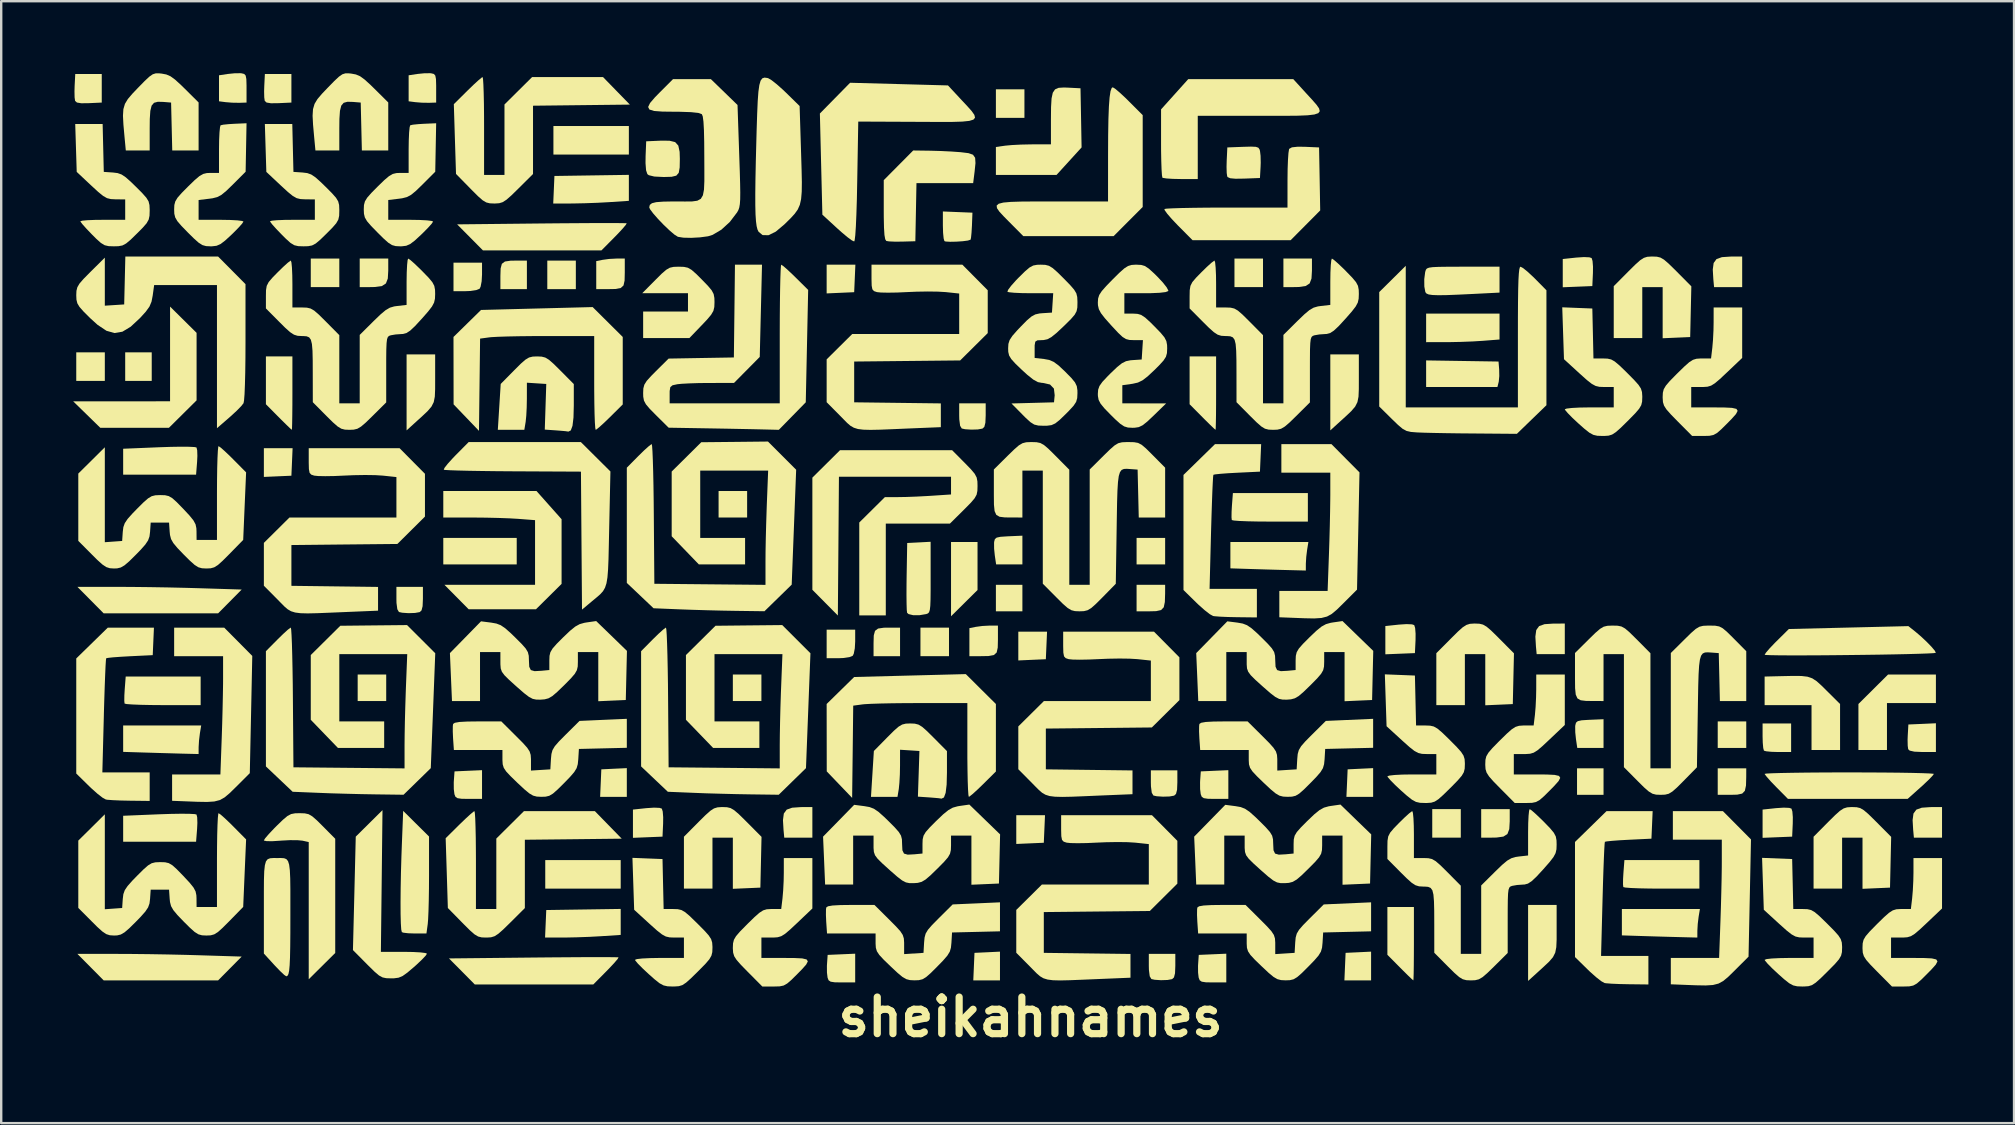
<source format=kicad_pcb>
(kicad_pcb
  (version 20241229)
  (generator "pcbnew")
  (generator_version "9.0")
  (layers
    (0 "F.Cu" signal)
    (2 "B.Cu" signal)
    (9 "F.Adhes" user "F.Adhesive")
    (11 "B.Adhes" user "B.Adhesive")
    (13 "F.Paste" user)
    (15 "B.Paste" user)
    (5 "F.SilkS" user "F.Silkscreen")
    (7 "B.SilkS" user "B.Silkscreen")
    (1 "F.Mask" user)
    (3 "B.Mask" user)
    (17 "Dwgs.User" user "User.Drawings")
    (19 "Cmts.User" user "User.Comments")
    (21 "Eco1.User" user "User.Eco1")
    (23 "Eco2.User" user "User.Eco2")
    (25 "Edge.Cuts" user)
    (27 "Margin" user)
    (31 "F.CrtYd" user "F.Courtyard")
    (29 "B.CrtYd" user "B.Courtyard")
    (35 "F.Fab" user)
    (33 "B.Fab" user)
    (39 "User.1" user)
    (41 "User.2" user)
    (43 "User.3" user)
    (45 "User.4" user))
  (footprint "sheikahnames"
    (layer "F.Cu")
    (at 39.884 39.323)
    (property "Reference" "sheikahnames" (at 0 0 0) (layer "F.SilkS") (effects (font (size 1.524 1.524) (thickness 0.3))))
    (attr through_hole)
    (fp_poly (pts (xy -38.567 -26.504) (xy -39.757 -26.504) (xy -39.757 -27.694) (xy -38.567 -27.694)) (stroke (width 0) (type solid)) (fill yes) (layer "F.SilkS"))
    (fp_poly (pts (xy -36.613 -26.504) (xy -37.718 -26.504) (xy -37.718 -27.694) (xy -36.613 -27.694)) (stroke (width 0) (type solid)) (fill yes) (layer "F.SilkS"))
    (fp_poly (pts (xy -28.798 -30.412) (xy -29.987 -30.412) (xy -29.987 -31.601) (xy -28.798 -31.601)) (stroke (width 0) (type solid)) (fill yes) (layer "F.SilkS"))
    (fp_poly (pts (xy -26.844 -13.167) (xy -28.033 -13.167) (xy -28.033 -14.272) (xy -26.844 -14.272)) (stroke (width 0) (type solid)) (fill yes) (layer "F.SilkS"))
    (fp_poly (pts (xy -21.407 -18.859) (xy -24.466 -18.859) (xy -24.466 -19.963) (xy -21.407 -19.963)) (stroke (width 0) (type solid)) (fill yes) (layer "F.SilkS"))
    (fp_poly (pts (xy -18.944 -30.327) (xy -20.133 -30.327) (xy -20.133 -31.516) (xy -18.944 -31.516)) (stroke (width 0) (type solid)) (fill yes) (layer "F.SilkS"))
    (fp_poly (pts (xy -17.075 -5.352) (xy -20.218 -5.352) (xy -20.218 -6.541) (xy -17.075 -6.541)) (stroke (width 0) (type solid)) (fill yes) (layer "F.SilkS"))
    (fp_poly (pts (xy -16.735 -35.934) (xy -19.878 -35.934) (xy -19.878 -37.123) (xy -16.735 -37.123)) (stroke (width 0) (type solid)) (fill yes) (layer "F.SilkS"))
    (fp_poly (pts (xy -11.808 -20.813) (xy -12.997 -20.813) (xy -12.997 -21.917) (xy -11.808 -21.917)) (stroke (width 0) (type solid)) (fill yes) (layer "F.SilkS"))
    (fp_poly (pts (xy -11.213 -13.167) (xy -12.403 -13.167) (xy -12.403 -14.272) (xy -11.213 -14.272)) (stroke (width 0) (type solid)) (fill yes) (layer "F.SilkS"))
    (fp_poly (pts (xy -7.348 -30.2) (xy -8.495 -30.149) (xy -8.495 -31.346) (xy -7.298 -31.346)) (stroke (width 0) (type solid)) (fill yes) (layer "F.SilkS"))
    (fp_poly (pts (xy -3.398 -15.036) (xy -4.587 -15.036) (xy -4.587 -16.225) (xy -3.398 -16.225)) (stroke (width 0) (type solid)) (fill yes) (layer "F.SilkS"))
    (fp_poly (pts (xy -2.209 -17.792) (xy -3.313 -16.698) (xy -3.313 -19.793) (xy -2.209 -19.793)) (stroke (width 0) (type solid)) (fill yes) (layer "F.SilkS"))
    (fp_poly (pts (xy -0.34 -16.905) (xy -1.444 -16.905) (xy -1.444 -18.009) (xy -0.34 -18.009)) (stroke (width 0) (type solid)) (fill yes) (layer "F.SilkS"))
    (fp_poly (pts (xy -0.255 -37.463) (xy -1.444 -37.463) (xy -1.444 -38.652) (xy -0.255 -38.652)) (stroke (width 0) (type solid)) (fill yes) (layer "F.SilkS"))
    (fp_poly (pts (xy 5.607 -18.859) (xy 4.417 -18.859) (xy 4.417 -19.963) (xy 5.607 -19.963)) (stroke (width 0) (type solid)) (fill yes) (layer "F.SilkS"))
    (fp_poly (pts (xy 9.684 -30.412) (xy 8.495 -30.412) (xy 8.495 -31.601) (xy 9.684 -31.601)) (stroke (width 0) (type solid)) (fill yes) (layer "F.SilkS"))
    (fp_poly (pts (xy 17.924 -7.476) (xy 16.735 -7.476) (xy 16.735 -8.665) (xy 17.924 -8.665)) (stroke (width 0) (type solid)) (fill yes) (layer "F.SilkS"))
    (fp_poly (pts (xy 23.871 -9.26) (xy 22.767 -9.26) (xy 22.767 -10.364) (xy 23.871 -10.364)) (stroke (width 0) (type solid)) (fill yes) (layer "F.SilkS"))
    (fp_poly (pts (xy 29.817 -11.213) (xy 28.628 -11.213) (xy 28.628 -12.318) (xy 29.817 -12.318)) (stroke (width 0) (type solid)) (fill yes) (layer "F.SilkS"))
    (fp_poly (pts (xy -30.769 -23.128) (xy -30.794 -22.554) (xy -31.368 -22.529) (xy -31.941 -22.504) (xy -31.941 -23.701) (xy -30.744 -23.701)) (stroke (width 0) (type solid)) (fill yes) (layer "F.SilkS"))
    (fp_poly (pts (xy -16.82 -9.175) (xy -17.932 -9.175) (xy -17.907 -9.748) (xy -17.882 -10.321) (xy -17.351 -10.347) (xy -16.82 -10.372)) (stroke (width 0) (type solid)) (fill yes) (layer "F.SilkS"))
    (fp_poly (pts (xy -1.274 -1.529) (xy -2.386 -1.529) (xy -2.361 -2.103) (xy -2.336 -2.676) (xy -1.805 -2.701) (xy -1.274 -2.727)) (stroke (width 0) (type solid)) (fill yes) (layer "F.SilkS"))
    (fp_poly (pts (xy 0.577 -7.837) (xy 0.552 -7.263) (xy -0.021 -7.238) (xy -0.595 -7.213) (xy -0.595 -8.41) (xy 0.602 -8.41)) (stroke (width 0) (type solid)) (fill yes) (layer "F.SilkS"))
    (fp_poly (pts (xy 0.662 -15.482) (xy 0.637 -14.909) (xy 0.064 -14.884) (xy -0.51 -14.858) (xy -0.51 -16.056) (xy 0.687 -16.056)) (stroke (width 0) (type solid)) (fill yes) (layer "F.SilkS"))
    (fp_poly (pts (xy 14.187 -1.529) (xy 13.075 -1.529) (xy 13.1 -2.103) (xy 13.125 -2.676) (xy 13.656 -2.701) (xy 14.187 -2.727)) (stroke (width 0) (type solid)) (fill yes) (layer "F.SilkS"))
    (fp_poly (pts (xy 14.272 -9.175) (xy 13.159 -9.175) (xy 13.185 -9.748) (xy 13.21 -10.321) (xy 13.741 -10.347) (xy 14.272 -10.372)) (stroke (width 0) (type solid)) (fill yes) (layer "F.SilkS"))
    (fp_poly (pts (xy 37.718 -13.082) (xy 35.679 -13.082) (xy 35.679 -11.128) (xy 34.49 -11.128) (xy 34.49 -13.044) (xy 35.725 -14.272) (xy 37.718 -14.272)) (stroke (width 0) (type solid)) (fill yes) (layer "F.SilkS"))
    (fp_poly (pts (xy -34.744 -28.506) (xy -34.744 -25.693) (xy -35.896 -24.551) (xy -38.756 -24.551) (xy -39.884 -25.652) (xy -37.866 -25.653) (xy -35.849 -25.655) (xy -35.849 -29.6)) (stroke (width 0) (type solid)) (fill yes) (layer "F.SilkS"))
    (fp_poly (pts (xy 19.496 -27.311) (xy 19.523 -26.98) (xy 19.528 -26.707) (xy 19.506 -26.473) (xy 19.5 -26.449) (xy 19.45 -26.249) (xy 16.48 -26.249) (xy 16.48 -27.358)) (stroke (width 0) (type solid)) (fill yes) (layer "F.SilkS"))
    (fp_poly (pts (xy -26.759 -31.095) (xy -26.778 -30.768) (xy -26.856 -30.565) (xy -27.023 -30.457) (xy -27.311 -30.416) (xy -27.518 -30.412) (xy -27.948 -30.412) (xy -27.948 -31.601) (xy -26.759 -31.601)) (stroke (width 0) (type solid)) (fill yes) (layer "F.SilkS"))
    (fp_poly (pts (xy -20.983 -30.327) (xy -22.087 -30.327) (xy -22.087 -30.87) (xy -22.077 -31.19) (xy -22.026 -31.382) (xy -21.898 -31.478) (xy -21.659 -31.513) (xy -21.4 -31.516) (xy -20.983 -31.516)) (stroke (width 0) (type solid)) (fill yes) (layer "F.SilkS"))
    (fp_poly (pts (xy -5.437 -15.036) (xy -6.541 -15.036) (xy -6.541 -15.579) (xy -6.532 -15.899) (xy -6.48 -16.091) (xy -6.352 -16.187) (xy -6.113 -16.222) (xy -5.855 -16.225) (xy -5.437 -16.225)) (stroke (width 0) (type solid)) (fill yes) (layer "F.SilkS"))
    (fp_poly (pts (xy 5.606 -17.648) (xy 5.595 -17.292) (xy 5.549 -17.073) (xy 5.437 -16.957) (xy 5.231 -16.912) (xy 4.96 -16.905) (xy 4.417 -16.905) (xy 4.417 -18.009) (xy 5.607 -18.009)) (stroke (width 0) (type solid)) (fill yes) (layer "F.SilkS"))
    (fp_poly (pts (xy 11.723 -31.095) (xy 11.704 -30.768) (xy 11.627 -30.565) (xy 11.46 -30.457) (xy 11.172 -30.416) (xy 10.964 -30.412) (xy 10.534 -30.412) (xy 10.534 -31.601) (xy 11.723 -31.601)) (stroke (width 0) (type solid)) (fill yes) (layer "F.SilkS"))
    (fp_poly (pts (xy 19.538 -28.229) (xy 18.838 -28.174) (xy 18.414 -28.148) (xy 17.913 -28.129) (xy 17.426 -28.119) (xy 17.309 -28.119) (xy 16.48 -28.118) (xy 16.48 -29.308) (xy 19.538 -29.308)) (stroke (width 0) (type solid)) (fill yes) (layer "F.SilkS"))
    (fp_poly (pts (xy 19.963 -8.158) (xy 19.944 -7.832) (xy 19.867 -7.628) (xy 19.7 -7.52) (xy 19.412 -7.48) (xy 19.204 -7.476) (xy 18.774 -7.476) (xy 18.774 -8.665) (xy 19.963 -8.665)) (stroke (width 0) (type solid)) (fill yes) (layer "F.SilkS"))
    (fp_poly (pts (xy 29.816 -10.003) (xy 29.806 -9.647) (xy 29.759 -9.427) (xy 29.647 -9.311) (xy 29.441 -9.267) (xy 29.17 -9.26) (xy 28.628 -9.26) (xy 28.628 -10.364) (xy 29.817 -10.364)) (stroke (width 0) (type solid)) (fill yes) (layer "F.SilkS"))
    (fp_poly (pts (xy -38.695 -38.1) (xy -39.227 -38.075) (xy -39.546 -38.071) (xy -39.728 -38.101) (xy -39.805 -38.169) (xy -39.826 -38.315) (xy -39.831 -38.568) (xy -39.825 -38.789) (xy -39.799 -39.289) (xy -38.695 -39.289)) (stroke (width 0) (type solid)) (fill yes) (layer "F.SilkS"))
    (fp_poly (pts (xy -30.794 -38.1) (xy -31.326 -38.075) (xy -31.645 -38.071) (xy -31.828 -38.101) (xy -31.904 -38.169) (xy -31.925 -38.315) (xy -31.931 -38.568) (xy -31.924 -38.789) (xy -31.899 -39.289) (xy -30.794 -39.289)) (stroke (width 0) (type solid)) (fill yes) (layer "F.SilkS"))
    (fp_poly (pts (xy -22.852 -30.939) (xy -22.868 -30.653) (xy -22.911 -30.431) (xy -22.953 -30.344) (xy -23.09 -30.288) (xy -23.334 -30.251) (xy -23.548 -30.242) (xy -24.041 -30.242) (xy -24.041 -31.431) (xy -22.852 -31.431)) (stroke (width 0) (type solid)) (fill yes) (layer "F.SilkS"))
    (fp_poly (pts (xy -17.075 -3.424) (xy -17.903 -3.369) (xy -18.38 -3.343) (xy -18.904 -3.324) (xy -19.379 -3.314) (xy -19.479 -3.313) (xy -20.226 -3.313) (xy -20.176 -4.46) (xy -18.625 -4.483) (xy -17.075 -4.506)) (stroke (width 0) (type solid)) (fill yes) (layer "F.SilkS"))
    (fp_poly (pts (xy -9.09 -7.476) (xy -10.261 -7.476) (xy -10.291 -7.794) (xy -10.315 -8.206) (xy -10.279 -8.48) (xy -10.159 -8.643) (xy -9.933 -8.723) (xy -9.577 -8.748) (xy -9.493 -8.749) (xy -9.09 -8.75)) (stroke (width 0) (type solid)) (fill yes) (layer "F.SilkS"))
    (fp_poly (pts (xy -7.306 -15.648) (xy -7.322 -15.362) (xy -7.365 -15.14) (xy -7.408 -15.053) (xy -7.544 -14.997) (xy -7.789 -14.96) (xy -8.002 -14.951) (xy -8.495 -14.951) (xy -8.495 -16.14) (xy -7.306 -16.14)) (stroke (width 0) (type solid)) (fill yes) (layer "F.SilkS"))
    (fp_poly (pts (xy 15.891 -16.362) (xy 15.984 -16.331) (xy 16.022 -16.209) (xy 16.041 -15.973) (xy 16.039 -15.707) (xy 16.013 -15.164) (xy 14.781 -15.114) (xy 14.781 -16.291) (xy 15.343 -16.351) (xy 15.66 -16.372)) (stroke (width 0) (type solid)) (fill yes) (layer "F.SilkS"))
    (fp_poly (pts (xy 22.257 -15.121) (xy 21.085 -15.121) (xy 21.055 -15.44) (xy 21.031 -15.852) (xy 21.068 -16.125) (xy 21.187 -16.289) (xy 21.413 -16.369) (xy 21.769 -16.393) (xy 21.853 -16.394) (xy 22.257 -16.395)) (stroke (width 0) (type solid)) (fill yes) (layer "F.SilkS"))
    (fp_poly (pts (xy 29.647 -30.412) (xy 28.476 -30.412) (xy 28.446 -30.731) (xy 28.422 -31.143) (xy 28.458 -31.416) (xy 28.578 -31.58) (xy 28.804 -31.66) (xy 29.16 -31.684) (xy 29.244 -31.685) (xy 29.647 -31.686)) (stroke (width 0) (type solid)) (fill yes) (layer "F.SilkS"))
    (fp_poly (pts (xy 31.607 -8.716) (xy 31.7 -8.685) (xy 31.738 -8.564) (xy 31.757 -8.327) (xy 31.754 -8.062) (xy 31.729 -7.518) (xy 30.497 -7.468) (xy 30.497 -8.645) (xy 31.058 -8.705) (xy 31.376 -8.726)) (stroke (width 0) (type solid)) (fill yes) (layer "F.SilkS"))
    (fp_poly (pts (xy 31.686 -11.043) (xy 31.148 -11.043) (xy 30.86 -11.052) (xy 30.644 -11.074) (xy 30.554 -11.1) (xy 30.524 -11.209) (xy 30.504 -11.436) (xy 30.497 -11.695) (xy 30.497 -12.233) (xy 31.686 -12.233)) (stroke (width 0) (type solid)) (fill yes) (layer "F.SilkS"))
    (fp_poly (pts (xy 37.973 -7.476) (xy 36.801 -7.476) (xy 36.771 -7.794) (xy 36.747 -8.206) (xy 36.783 -8.48) (xy 36.903 -8.643) (xy 37.129 -8.723) (xy 37.485 -8.748) (xy 37.569 -8.749) (xy 37.973 -8.75)) (stroke (width 0) (type solid)) (fill yes) (layer "F.SilkS"))
    (fp_poly (pts (xy -37.458 -17.921) (xy -36.722 -17.913) (xy -35.947 -17.9) (xy -35.198 -17.883) (xy -34.668 -17.868) (xy -32.865 -17.812) (xy -33.356 -17.316) (xy -33.847 -16.82) (xy -38.615 -16.82) (xy -39.709 -17.924) (xy -38.09 -17.924)) (stroke (width 0) (type solid)) (fill yes) (layer "F.SilkS"))
    (fp_poly (pts (xy -37.458 -2.63) (xy -36.722 -2.622) (xy -35.947 -2.609) (xy -35.198 -2.592) (xy -34.668 -2.577) (xy -32.865 -2.521) (xy -33.356 -2.025) (xy -33.847 -1.529) (xy -38.615 -1.529) (xy -39.709 -2.633) (xy -38.09 -2.633)) (stroke (width 0) (type solid)) (fill yes) (layer "F.SilkS"))
    (fp_poly (pts (xy -24.805 -26.599) (xy -24.806 -26.16) (xy -24.819 -25.848) (xy -24.864 -25.62) (xy -24.959 -25.433) (xy -25.121 -25.244) (xy -25.369 -25.01) (xy -25.549 -24.848) (xy -25.995 -24.442) (xy -25.995 -27.609) (xy -24.805 -27.609)) (stroke (width 0) (type solid)) (fill yes) (layer "F.SilkS"))
    (fp_poly (pts (xy -16.735 -34.006) (xy -17.563 -33.951) (xy -18.04 -33.925) (xy -18.564 -33.906) (xy -19.039 -33.896) (xy -19.139 -33.895) (xy -19.886 -33.895) (xy -19.861 -34.468) (xy -19.836 -35.042) (xy -18.285 -35.065) (xy -16.735 -35.088)) (stroke (width 0) (type solid)) (fill yes) (layer "F.SilkS"))
    (fp_poly (pts (xy -15.456 -8.716) (xy -15.362 -8.685) (xy -15.324 -8.564) (xy -15.305 -8.327) (xy -15.308 -8.062) (xy -15.333 -7.518) (xy -15.949 -7.493) (xy -16.565 -7.468) (xy -16.565 -8.645) (xy -16.004 -8.705) (xy -15.686 -8.726)) (stroke (width 0) (type solid)) (fill yes) (layer "F.SilkS"))
    (fp_poly (pts (xy 13.677 -26.599) (xy 13.676 -26.16) (xy 13.663 -25.848) (xy 13.618 -25.62) (xy 13.523 -25.433) (xy 13.361 -25.244) (xy 13.113 -25.01) (xy 12.934 -24.848) (xy 12.488 -24.442) (xy 12.488 -27.609) (xy 13.677 -27.609)) (stroke (width 0) (type solid)) (fill yes) (layer "F.SilkS"))
    (fp_poly (pts (xy 21.917 -3.662) (xy 21.917 -3.223) (xy 21.903 -2.911) (xy 21.858 -2.683) (xy 21.764 -2.496) (xy 21.601 -2.307) (xy 21.353 -2.074) (xy 21.174 -1.911) (xy 20.728 -1.506) (xy 20.728 -4.672) (xy 21.917 -4.672)) (stroke (width 0) (type solid)) (fill yes) (layer "F.SilkS"))
    (fp_poly (pts (xy 23.282 -31.653) (xy 23.375 -31.622) (xy 23.413 -31.5) (xy 23.432 -31.264) (xy 23.429 -30.998) (xy 23.404 -30.455) (xy 22.788 -30.43) (xy 22.172 -30.405) (xy 22.172 -31.582) (xy 22.733 -31.642) (xy 23.051 -31.663)) (stroke (width 0) (type solid)) (fill yes) (layer "F.SilkS"))
    (fp_poly (pts (xy 37.718 -11.043) (xy 37.163 -11.043) (xy 36.82 -11.058) (xy 36.625 -11.102) (xy 36.563 -11.16) (xy 36.543 -11.307) (xy 36.538 -11.556) (xy 36.545 -11.733) (xy 36.571 -12.19) (xy 37.144 -12.215) (xy 37.718 -12.241)) (stroke (width 0) (type solid)) (fill yes) (layer "F.SilkS"))
    (fp_poly (pts (xy -35.049 -23.76) (xy -34.824 -23.748) (xy -34.747 -23.73) (xy -34.719 -23.614) (xy -34.711 -23.381) (xy -34.723 -23.128) (xy -34.765 -22.597) (xy -37.803 -22.597) (xy -37.803 -23.678) (xy -36.307 -23.74) (xy -35.819 -23.756) (xy -35.39 -23.763)) (stroke (width 0) (type solid)) (fill yes) (layer "F.SilkS"))
    (fp_poly (pts (xy -35.049 -8.469) (xy -34.824 -8.457) (xy -34.747 -8.439) (xy -34.719 -8.323) (xy -34.711 -8.09) (xy -34.723 -7.837) (xy -34.765 -7.306) (xy -37.803 -7.306) (xy -37.803 -8.387) (xy -36.307 -8.449) (xy -35.819 -8.465) (xy -35.39 -8.472)) (stroke (width 0) (type solid)) (fill yes) (layer "F.SilkS"))
    (fp_poly (pts (xy -34.575 -12.997) (xy -36.141 -12.997) (xy -36.639 -13.001) (xy -37.075 -13.01) (xy -37.423 -13.024) (xy -37.655 -13.041) (xy -37.744 -13.061) (xy -37.756 -13.173) (xy -37.753 -13.402) (xy -37.738 -13.656) (xy -37.697 -14.187) (xy -34.575 -14.187)) (stroke (width 0) (type solid)) (fill yes) (layer "F.SilkS"))
    (fp_poly (pts (xy -7.306 -1.444) (xy -7.856 -1.444) (xy -8.156 -1.449) (xy -8.328 -1.475) (xy -8.414 -1.533) (xy -8.456 -1.64) (xy -8.456 -1.642) (xy -8.482 -1.852) (xy -8.484 -2.132) (xy -8.479 -2.216) (xy -8.453 -2.591) (xy -7.306 -2.641)) (stroke (width 0) (type solid)) (fill yes) (layer "F.SilkS"))
    (fp_poly (pts (xy -0.34 -18.859) (xy -1.434 -18.859) (xy -1.489 -19.228) (xy -1.518 -19.509) (xy -1.52 -19.752) (xy -1.516 -19.801) (xy -1.487 -19.911) (xy -1.413 -19.975) (xy -1.255 -20.009) (xy -0.972 -20.028) (xy -0.913 -20.031) (xy -0.34 -20.056)) (stroke (width 0) (type solid)) (fill yes) (layer "F.SilkS"))
    (fp_poly (pts (xy 11.553 -20.643) (xy 9.987 -20.643) (xy 9.489 -20.646) (xy 9.052 -20.655) (xy 8.705 -20.669) (xy 8.473 -20.687) (xy 8.384 -20.707) (xy 8.372 -20.819) (xy 8.375 -21.048) (xy 8.389 -21.301) (xy 8.43 -21.832) (xy 11.553 -21.832)) (stroke (width 0) (type solid)) (fill yes) (layer "F.SilkS"))
    (fp_poly (pts (xy 23.871 -11.213) (xy 22.777 -11.213) (xy 22.722 -11.582) (xy 22.693 -11.863) (xy 22.69 -12.107) (xy 22.695 -12.156) (xy 22.724 -12.265) (xy 22.798 -12.329) (xy 22.956 -12.364) (xy 23.238 -12.383) (xy 23.297 -12.385) (xy 23.871 -12.41)) (stroke (width 0) (type solid)) (fill yes) (layer "F.SilkS"))
    (fp_poly (pts (xy 27.864 -5.352) (xy 26.297 -5.352) (xy 25.799 -5.355) (xy 25.363 -5.364) (xy 25.015 -5.378) (xy 24.783 -5.396) (xy 24.695 -5.416) (xy 24.682 -5.528) (xy 24.685 -5.757) (xy 24.7 -6.01) (xy 24.741 -6.541) (xy 27.864 -6.541)) (stroke (width 0) (type solid)) (fill yes) (layer "F.SilkS"))
    (fp_poly (pts (xy -34.605 -11.829) (xy -34.642 -11.53) (xy -34.659 -11.244) (xy -34.659 -11.235) (xy -34.66 -10.959) (xy -35.36 -10.976) (xy -35.774 -10.988) (xy -36.271 -11.002) (xy -36.766 -11.017) (xy -36.932 -11.022) (xy -37.803 -11.049) (xy -37.803 -12.148) (xy -34.552 -12.148)) (stroke (width 0) (type solid)) (fill yes) (layer "F.SilkS"))
    (fp_poly (pts (xy -30.752 -25.995) (xy -30.753 -25.506) (xy -30.757 -25.082) (xy -30.762 -24.75) (xy -30.768 -24.535) (xy -30.776 -24.466) (xy -30.842 -24.522) (xy -30.998 -24.672) (xy -31.217 -24.888) (xy -31.328 -24.999) (xy -31.856 -25.532) (xy -31.856 -27.524) (xy -30.752 -27.524)) (stroke (width 0) (type solid)) (fill yes) (layer "F.SilkS"))
    (fp_poly (pts (xy -25.315 -17.424) (xy -25.328 -17.117) (xy -25.372 -16.944) (xy -25.449 -16.872) (xy -25.643 -16.837) (xy -25.914 -16.828) (xy -26.175 -16.846) (xy -26.313 -16.876) (xy -26.381 -16.991) (xy -26.416 -17.256) (xy -26.419 -17.422) (xy -26.419 -17.924) (xy -25.315 -17.924)) (stroke (width 0) (type solid)) (fill yes) (layer "F.SilkS"))
    (fp_poly (pts (xy -22.852 -9.09) (xy -23.402 -9.09) (xy -23.702 -9.095) (xy -23.874 -9.12) (xy -23.96 -9.179) (xy -24.002 -9.285) (xy -24.002 -9.288) (xy -24.028 -9.497) (xy -24.03 -9.777) (xy -24.025 -9.861) (xy -23.998 -10.236) (xy -23.425 -10.262) (xy -22.852 -10.287)) (stroke (width 0) (type solid)) (fill yes) (layer "F.SilkS"))
    (fp_poly (pts (xy -16.905 -31.016) (xy -16.913 -30.683) (xy -16.958 -30.48) (xy -17.075 -30.374) (xy -17.296 -30.333) (xy -17.634 -30.327) (xy -18.094 -30.327) (xy -18.094 -31.495) (xy -17.829 -31.548) (xy -17.556 -31.585) (xy -17.254 -31.601) (xy -17.234 -31.601) (xy -16.905 -31.601)) (stroke (width 0) (type solid)) (fill yes) (layer "F.SilkS"))
    (fp_poly (pts (xy -1.869 -25.069) (xy -1.882 -24.762) (xy -1.926 -24.589) (xy -2.003 -24.517) (xy -2.197 -24.482) (xy -2.468 -24.474) (xy -2.729 -24.491) (xy -2.867 -24.522) (xy -2.935 -24.636) (xy -2.969 -24.902) (xy -2.973 -25.067) (xy -2.973 -25.57) (xy -1.869 -25.57)) (stroke (width 0) (type solid)) (fill yes) (layer "F.SilkS"))
    (fp_poly (pts (xy -1.359 -15.725) (xy -1.367 -15.393) (xy -1.412 -15.189) (xy -1.529 -15.083) (xy -1.75 -15.042) (xy -2.088 -15.036) (xy -2.548 -15.036) (xy -2.548 -16.204) (xy -2.283 -16.257) (xy -2.01 -16.294) (xy -1.708 -16.31) (xy -1.688 -16.31) (xy -1.359 -16.31)) (stroke (width 0) (type solid)) (fill yes) (layer "F.SilkS"))
    (fp_poly (pts (xy 6.031 -2.133) (xy 6.019 -1.826) (xy 5.975 -1.653) (xy 5.897 -1.581) (xy 5.704 -1.546) (xy 5.432 -1.537) (xy 5.172 -1.555) (xy 5.033 -1.585) (xy 4.965 -1.7) (xy 4.931 -1.965) (xy 4.927 -2.131) (xy 4.927 -2.633) (xy 6.031 -2.633)) (stroke (width 0) (type solid)) (fill yes) (layer "F.SilkS"))
    (fp_poly (pts (xy 6.116 -9.778) (xy 6.104 -9.471) (xy 6.06 -9.298) (xy 5.982 -9.226) (xy 5.789 -9.191) (xy 5.517 -9.183) (xy 5.257 -9.2) (xy 5.118 -9.231) (xy 5.05 -9.345) (xy 5.016 -9.611) (xy 5.012 -9.776) (xy 5.012 -10.279) (xy 6.116 -10.279)) (stroke (width 0) (type solid)) (fill yes) (layer "F.SilkS"))
    (fp_poly (pts (xy 7.73 -25.995) (xy 7.729 -25.506) (xy 7.726 -25.082) (xy 7.72 -24.75) (xy 7.714 -24.535) (xy 7.707 -24.466) (xy 7.641 -24.522) (xy 7.484 -24.672) (xy 7.265 -24.888) (xy 7.155 -24.999) (xy 6.626 -25.532) (xy 6.626 -27.524) (xy 7.73 -27.524)) (stroke (width 0) (type solid)) (fill yes) (layer "F.SilkS"))
    (fp_poly (pts (xy 8.155 -1.444) (xy 7.605 -1.444) (xy 7.305 -1.449) (xy 7.133 -1.475) (xy 7.047 -1.533) (xy 7.005 -1.64) (xy 7.004 -1.642) (xy 6.979 -1.852) (xy 6.977 -2.132) (xy 6.982 -2.216) (xy 7.008 -2.591) (xy 7.582 -2.616) (xy 8.155 -2.641)) (stroke (width 0) (type solid)) (fill yes) (layer "F.SilkS"))
    (fp_poly (pts (xy 8.24 -9.09) (xy 7.69 -9.09) (xy 7.39 -9.095) (xy 7.218 -9.12) (xy 7.132 -9.179) (xy 7.09 -9.285) (xy 7.089 -9.288) (xy 7.064 -9.497) (xy 7.062 -9.777) (xy 7.066 -9.861) (xy 7.093 -10.236) (xy 7.667 -10.262) (xy 8.24 -10.287)) (stroke (width 0) (type solid)) (fill yes) (layer "F.SilkS"))
    (fp_poly (pts (xy 11.523 -19.475) (xy 11.486 -19.175) (xy 11.469 -18.89) (xy 11.469 -18.88) (xy 11.468 -18.604) (xy 10.767 -18.622) (xy 10.354 -18.633) (xy 9.857 -18.647) (xy 9.362 -18.662) (xy 9.196 -18.667) (xy 8.325 -18.695) (xy 8.325 -19.793) (xy 11.575 -19.793)) (stroke (width 0) (type solid)) (fill yes) (layer "F.SilkS"))
    (fp_poly (pts (xy 15.971 -3.058) (xy 15.969 -2.57) (xy 15.966 -2.146) (xy 15.961 -1.813) (xy 15.954 -1.599) (xy 15.947 -1.529) (xy 15.881 -1.585) (xy 15.724 -1.735) (xy 15.505 -1.952) (xy 15.395 -2.062) (xy 14.866 -2.596) (xy 14.866 -4.587) (xy 15.971 -4.587)) (stroke (width 0) (type solid)) (fill yes) (layer "F.SilkS"))
    (fp_poly (pts (xy 27.833 -4.184) (xy 27.796 -3.884) (xy 27.78 -3.599) (xy 27.78 -3.589) (xy 27.779 -3.313) (xy 27.078 -3.331) (xy 26.664 -3.342) (xy 26.167 -3.356) (xy 25.672 -3.371) (xy 25.506 -3.376) (xy 24.635 -3.404) (xy 24.635 -4.502) (xy 27.886 -4.502)) (stroke (width 0) (type solid)) (fill yes) (layer "F.SilkS"))
    (fp_poly (pts (xy 32.114 -14.211) (xy 32.369 -14.181) (xy 32.568 -14.112) (xy 32.749 -13.994) (xy 32.949 -13.814) (xy 33.149 -13.616) (xy 33.725 -13.044) (xy 33.725 -11.128) (xy 32.536 -11.128) (xy 32.536 -12.997) (xy 30.582 -12.997) (xy 30.582 -14.187) (xy 31.283 -14.204) (xy 31.764 -14.214)) (stroke (width 0) (type solid)) (fill yes) (layer "F.SilkS"))
    (fp_poly (pts (xy -32.868 -39.318) (xy -32.761 -39.292) (xy -32.699 -39.225) (xy -32.671 -39.079) (xy -32.663 -38.815) (xy -32.663 -38.695) (xy -32.663 -38.1) (xy -32.961 -38.09) (xy -33.261 -38.095) (xy -33.534 -38.117) (xy -33.81 -38.153) (xy -33.81 -39.236) (xy -33.441 -39.292) (xy -33.16 -39.32) (xy -32.917 -39.323)) (stroke (width 0) (type solid)) (fill yes) (layer "F.SilkS"))
    (fp_poly (pts (xy -24.967 -39.318) (xy -24.86 -39.292) (xy -24.799 -39.225) (xy -24.771 -39.079) (xy -24.763 -38.815) (xy -24.763 -38.695) (xy -24.763 -38.1) (xy -25.06 -38.09) (xy -25.361 -38.095) (xy -25.634 -38.117) (xy -25.91 -38.153) (xy -25.91 -39.236) (xy -25.541 -39.292) (xy -25.26 -39.32) (xy -25.016 -39.323)) (stroke (width 0) (type solid)) (fill yes) (layer "F.SilkS"))
    (fp_poly (pts (xy -19.538 -20.742) (xy -19.538 -18.047) (xy -20.605 -16.99) (xy -23.409 -16.99) (xy -24.418 -18.009) (xy -20.643 -18.009) (xy -20.643 -20.703) (xy -21.344 -20.757) (xy -21.701 -20.778) (xy -22.17 -20.795) (xy -22.692 -20.807) (xy -23.209 -20.812) (xy -23.255 -20.812) (xy -24.466 -20.813) (xy -24.466 -21.917) (xy -20.583 -21.917)) (stroke (width 0) (type solid)) (fill yes) (layer "F.SilkS"))
    (fp_poly (pts (xy -17.656 -2.498) (xy -17.349 -2.495) (xy -17.186 -2.491) (xy -17.165 -2.488) (xy -17.203 -2.42) (xy -17.339 -2.26) (xy -17.546 -2.038) (xy -17.672 -1.909) (xy -18.217 -1.359) (xy -23.154 -1.359) (xy -23.691 -1.902) (xy -24.229 -2.444) (xy -20.716 -2.481) (xy -19.96 -2.488) (xy -19.258 -2.493) (xy -18.628 -2.497) (xy -18.088 -2.498)) (stroke (width 0) (type solid)) (fill yes) (layer "F.SilkS"))
    (fp_poly (pts (xy -17.316 -33.08) (xy -17.01 -33.077) (xy -16.847 -33.073) (xy -16.825 -33.07) (xy -16.864 -33.002) (xy -16.999 -32.842) (xy -17.206 -32.62) (xy -17.332 -32.491) (xy -17.877 -31.941) (xy -22.814 -31.941) (xy -23.351 -32.483) (xy -23.889 -33.026) (xy -20.376 -33.063) (xy -19.62 -33.07) (xy -18.918 -33.075) (xy -18.288 -33.079) (xy -17.748 -33.08)) (stroke (width 0) (type solid)) (fill yes) (layer "F.SilkS"))
    (fp_poly (pts (xy -3.037 -33.538) (xy -2.421 -33.513) (xy -2.442 -32.967) (xy -2.459 -32.681) (xy -2.48 -32.471) (xy -2.499 -32.387) (xy -2.611 -32.351) (xy -2.829 -32.323) (xy -3.096 -32.305) (xy -3.351 -32.3) (xy -3.536 -32.311) (xy -3.589 -32.329) (xy -3.621 -32.441) (xy -3.644 -32.673) (xy -3.653 -32.975) (xy -3.653 -32.978) (xy -3.653 -33.563)) (stroke (width 0) (type solid)) (fill yes) (layer "F.SilkS"))
    (fp_poly (pts (xy -15.045 -36.511) (xy -14.807 -36.453) (xy -14.675 -36.307) (xy -14.62 -36.047) (xy -14.611 -35.755) (xy -14.618 -35.395) (xy -14.657 -35.173) (xy -14.759 -35.055) (xy -14.953 -35.008) (xy -15.269 -34.999) (xy -15.29 -34.999) (xy -15.675 -35.018) (xy -15.904 -35.074) (xy -15.964 -35.119) (xy -16.018 -35.279) (xy -16.041 -35.576) (xy -16.038 -35.862) (xy -16.013 -36.486) (xy -15.42 -36.512)) (stroke (width 0) (type solid)) (fill yes) (layer "F.SilkS"))
    (fp_poly (pts (xy 9.384 -36.256) (xy 9.49 -36.22) (xy 9.541 -36.146) (xy 9.559 -36.081) (xy 9.583 -35.883) (xy 9.589 -35.596) (xy 9.583 -35.42) (xy 9.557 -34.957) (xy 8.897 -34.932) (xy 8.54 -34.927) (xy 8.322 -34.946) (xy 8.214 -34.993) (xy 8.192 -35.026) (xy 8.172 -35.169) (xy 8.165 -35.423) (xy 8.172 -35.688) (xy 8.198 -36.231) (xy 8.854 -36.256) (xy 9.185 -36.265)) (stroke (width 0) (type solid)) (fill yes) (layer "F.SilkS"))
    (fp_poly (pts (xy -4.163 -18.321) (xy -4.163 -17.787) (xy -4.167 -17.399) (xy -4.177 -17.132) (xy -4.197 -16.963) (xy -4.229 -16.865) (xy -4.276 -16.817) (xy -4.342 -16.792) (xy -4.354 -16.789) (xy -4.632 -16.742) (xy -4.894 -16.744) (xy -5.084 -16.79) (xy -5.144 -16.845) (xy -5.157 -16.963) (xy -5.165 -17.22) (xy -5.169 -17.585) (xy -5.167 -18.027) (xy -5.163 -18.352) (xy -5.139 -19.751) (xy -4.651 -19.776) (xy -4.163 -19.802)) (stroke (width 0) (type solid)) (fill yes) (layer "F.SilkS"))
    (fp_poly (pts (xy 1.574 -38.721) (xy 2.081 -38.695) (xy 2.104 -37.463) (xy 2.126 -36.231) (xy 1.604 -35.658) (xy 1.081 -35.084) (xy -1.444 -35.084) (xy -1.444 -36.25) (xy -1.05 -36.305) (xy -0.777 -36.33) (xy -0.404 -36.349) (xy -0.001 -36.358) (xy 0.097 -36.359) (xy 0.849 -36.359) (xy 0.849 -37.404) (xy 0.854 -37.911) (xy 0.875 -38.271) (xy 0.926 -38.509) (xy 1.02 -38.649) (xy 1.17 -38.714) (xy 1.39 -38.728)) (stroke (width 0) (type solid)) (fill yes) (layer "F.SilkS"))
    (fp_poly (pts (xy -25.599 -8.057) (xy -25.06 -7.523) (xy -25.06 -5.897) (xy -25.063 -5.359) (xy -25.071 -4.851) (xy -25.083 -4.411) (xy -25.098 -4.072) (xy -25.114 -3.877) (xy -25.168 -3.483) (xy -25.652 -3.483) (xy -25.926 -3.492) (xy -26.125 -3.516) (xy -26.193 -3.54) (xy -26.218 -3.649) (xy -26.235 -3.908) (xy -26.245 -4.294) (xy -26.247 -4.788) (xy -26.242 -5.368) (xy -26.23 -6.013) (xy -26.21 -6.702) (xy -26.193 -7.17) (xy -26.137 -8.591)) (stroke (width 0) (type solid)) (fill yes) (layer "F.SilkS"))
    (fp_poly (pts (xy 26.092 -31.679) (xy 26.24 -31.643) (xy 26.39 -31.556) (xy 26.578 -31.395) (xy 26.839 -31.14) (xy 26.913 -31.066) (xy 27.529 -30.445) (xy 27.481 -28.331) (xy 26.908 -28.306) (xy 26.334 -28.281) (xy 26.334 -30.412) (xy 25.485 -30.412) (xy 25.485 -28.288) (xy 24.296 -28.288) (xy 24.296 -30.451) (xy 24.909 -31.068) (xy 25.192 -31.348) (xy 25.393 -31.528) (xy 25.548 -31.629) (xy 25.694 -31.675) (xy 25.866 -31.686) (xy 25.91 -31.686)) (stroke (width 0) (type solid)) (fill yes) (layer "F.SilkS"))
    (fp_poly (pts (xy -12.646 -8.743) (xy -12.497 -8.707) (xy -12.347 -8.619) (xy -12.159 -8.459) (xy -11.898 -8.203) (xy -11.824 -8.129) (xy -11.208 -7.509) (xy -11.232 -6.451) (xy -11.256 -5.394) (xy -11.829 -5.369) (xy -12.403 -5.344) (xy -12.403 -7.476) (xy -13.252 -7.476) (xy -13.252 -5.352) (xy -14.441 -5.352) (xy -14.441 -7.514) (xy -13.828 -8.132) (xy -13.545 -8.412) (xy -13.344 -8.592) (xy -13.189 -8.693) (xy -13.043 -8.738) (xy -12.871 -8.75) (xy -12.827 -8.75)) (stroke (width 0) (type solid)) (fill yes) (layer "F.SilkS"))
    (fp_poly (pts (xy 18.701 -16.388) (xy 18.849 -16.352) (xy 18.999 -16.265) (xy 19.187 -16.105) (xy 19.449 -15.849) (xy 19.522 -15.775) (xy 20.139 -15.154) (xy 20.115 -14.097) (xy 20.091 -13.04) (xy 19.517 -13.015) (xy 18.944 -12.99) (xy 18.944 -15.121) (xy 18.094 -15.121) (xy 18.094 -12.997) (xy 16.905 -12.997) (xy 16.905 -15.16) (xy 17.519 -15.777) (xy 17.801 -16.057) (xy 18.002 -16.237) (xy 18.158 -16.338) (xy 18.304 -16.384) (xy 18.476 -16.395) (xy 18.519 -16.395)) (stroke (width 0) (type solid)) (fill yes) (layer "F.SilkS"))
    (fp_poly (pts (xy 19.538 -30.183) (xy 18.455 -30.128) (xy 17.824 -30.098) (xy 17.342 -30.079) (xy 16.988 -30.074) (xy 16.742 -30.083) (xy 16.584 -30.106) (xy 16.494 -30.145) (xy 16.45 -30.2) (xy 16.447 -30.207) (xy 16.405 -30.436) (xy 16.402 -30.742) (xy 16.439 -31.032) (xy 16.449 -31.07) (xy 16.472 -31.139) (xy 16.515 -31.188) (xy 16.602 -31.222) (xy 16.757 -31.244) (xy 17.004 -31.255) (xy 17.367 -31.26) (xy 17.87 -31.262) (xy 18.019 -31.262) (xy 19.538 -31.262)) (stroke (width 0) (type solid)) (fill yes) (layer "F.SilkS"))
    (fp_poly (pts (xy 34.417 -8.743) (xy 34.565 -8.707) (xy 34.715 -8.619) (xy 34.903 -8.459) (xy 35.164 -8.203) (xy 35.238 -8.129) (xy 35.854 -7.509) (xy 35.83 -6.451) (xy 35.806 -5.394) (xy 35.233 -5.369) (xy 34.66 -5.344) (xy 34.66 -7.476) (xy 33.81 -7.476) (xy 33.81 -5.352) (xy 32.621 -5.352) (xy 32.621 -7.514) (xy 33.234 -8.132) (xy 33.517 -8.412) (xy 33.718 -8.592) (xy 33.874 -8.693) (xy 34.019 -8.738) (xy 34.191 -8.75) (xy 34.235 -8.75)) (stroke (width 0) (type solid)) (fill yes) (layer "F.SilkS"))
    (fp_poly (pts (xy -33.008 -15.636) (xy -32.424 -15.047) (xy -32.475 -12.605) (xy -32.527 -10.162) (xy -33.105 -9.585) (xy -33.366 -9.33) (xy -33.576 -9.153) (xy -33.777 -9.041) (xy -34.008 -8.982) (xy -34.308 -8.963) (xy -34.719 -8.97) (xy -34.978 -8.98) (xy -35.764 -9.011) (xy -35.764 -10.109) (xy -33.752 -10.109) (xy -33.696 -11.652) (xy -33.677 -12.231) (xy -33.661 -12.832) (xy -33.649 -13.4) (xy -33.641 -13.883) (xy -33.64 -14.115) (xy -33.64 -15.036) (xy -35.679 -15.036) (xy -35.679 -16.225) (xy -33.593 -16.225)) (stroke (width 0) (type solid)) (fill yes) (layer "F.SilkS"))
    (fp_poly (pts (xy 13.119 -23.282) (xy 13.704 -22.693) (xy 13.653 -20.25) (xy 13.601 -17.808) (xy 13.023 -17.231) (xy 12.762 -16.975) (xy 12.551 -16.798) (xy 12.351 -16.687) (xy 12.12 -16.628) (xy 11.819 -16.608) (xy 11.409 -16.616) (xy 11.15 -16.626) (xy 10.364 -16.657) (xy 10.364 -17.755) (xy 12.376 -17.755) (xy 12.432 -19.297) (xy 12.451 -19.877) (xy 12.467 -20.477) (xy 12.479 -21.045) (xy 12.486 -21.529) (xy 12.488 -21.761) (xy 12.488 -22.682) (xy 10.449 -22.682) (xy 10.449 -23.871) (xy 12.535 -23.871)) (stroke (width 0) (type solid)) (fill yes) (layer "F.SilkS"))
    (fp_poly (pts (xy 29.43 -7.991) (xy 30.014 -7.402) (xy 29.963 -4.959) (xy 29.912 -2.517) (xy 29.334 -1.94) (xy 29.073 -1.684) (xy 28.862 -1.507) (xy 28.661 -1.396) (xy 28.43 -1.337) (xy 28.13 -1.318) (xy 27.72 -1.325) (xy 27.46 -1.335) (xy 26.674 -1.366) (xy 26.674 -2.464) (xy 28.686 -2.464) (xy 28.742 -4.006) (xy 28.761 -4.586) (xy 28.777 -5.186) (xy 28.79 -5.754) (xy 28.797 -6.238) (xy 28.798 -6.47) (xy 28.798 -7.391) (xy 26.759 -7.391) (xy 26.759 -8.58) (xy 28.845 -8.58)) (stroke (width 0) (type solid)) (fill yes) (layer "F.SilkS"))
    (fp_poly (pts (xy -27.032 -5.67) (xy -27.066 -2.718) (xy -26.106 -2.718) (xy -25.725 -2.712) (xy -25.415 -2.695) (xy -25.211 -2.669) (xy -25.145 -2.641) (xy -25.205 -2.553) (xy -25.364 -2.386) (xy -25.593 -2.17) (xy -25.686 -2.088) (xy -25.961 -1.854) (xy -26.16 -1.712) (xy -26.329 -1.641) (xy -26.516 -1.616) (xy -26.643 -1.614) (xy -26.842 -1.62) (xy -26.996 -1.653) (xy -27.146 -1.735) (xy -27.328 -1.89) (xy -27.583 -2.14) (xy -27.646 -2.203) (xy -28.23 -2.792) (xy -28.171 -5.155) (xy -28.113 -7.518) (xy -26.999 -8.622)) (stroke (width 0) (type solid)) (fill yes) (layer "F.SilkS"))
    (fp_poly (pts (xy -4.165 -36.094) (xy -3.738 -36.082) (xy -3.292 -36.06) (xy -2.917 -36.033) (xy -2.889 -36.03) (xy -2.583 -35.992) (xy -2.398 -35.927) (xy -2.309 -35.8) (xy -2.295 -35.577) (xy -2.331 -35.223) (xy -2.334 -35.2) (xy -2.391 -34.744) (xy -4.753 -34.744) (xy -4.776 -33.534) (xy -4.8 -32.323) (xy -5.352 -32.307) (xy -5.654 -32.305) (xy -5.894 -32.316) (xy -6.01 -32.335) (xy -6.055 -32.406) (xy -6.087 -32.585) (xy -6.106 -32.89) (xy -6.115 -33.338) (xy -6.116 -33.624) (xy -6.116 -34.868) (xy -4.889 -36.104)) (stroke (width 0) (type solid)) (fill yes) (layer "F.SilkS"))
    (fp_poly (pts (xy -30.239 -8.488) (xy -30.078 -8.453) (xy -29.925 -8.364) (xy -29.735 -8.199) (xy -29.496 -7.962) (xy -28.968 -7.429) (xy -28.968 -2.671) (xy -30.072 -1.576) (xy -30.072 -7.292) (xy -30.334 -7.35) (xy -30.545 -7.37) (xy -30.862 -7.371) (xy -31.22 -7.352) (xy -31.268 -7.348) (xy -31.588 -7.328) (xy -31.823 -7.33) (xy -31.936 -7.354) (xy -31.941 -7.363) (xy -31.884 -7.453) (xy -31.733 -7.629) (xy -31.515 -7.859) (xy -31.408 -7.967) (xy -31.146 -8.221) (xy -30.96 -8.377) (xy -30.805 -8.459) (xy -30.64 -8.49) (xy -30.45 -8.495)) (stroke (width 0) (type solid)) (fill yes) (layer "F.SilkS"))
    (fp_poly (pts (xy 11.504 -38.464) (xy 11.734 -38.214) (xy 11.91 -38.013) (xy 12.019 -37.858) (xy 12.049 -37.741) (xy 11.987 -37.658) (xy 11.823 -37.603) (xy 11.543 -37.57) (xy 11.135 -37.553) (xy 10.587 -37.548) (xy 9.888 -37.548) (xy 9.514 -37.548) (xy 6.966 -37.548) (xy 6.966 -34.914) (xy 6.258 -34.914) (xy 5.926 -34.921) (xy 5.663 -34.938) (xy 5.511 -34.962) (xy 5.493 -34.971) (xy 5.474 -35.071) (xy 5.458 -35.311) (xy 5.446 -35.662) (xy 5.438 -36.094) (xy 5.437 -36.422) (xy 5.437 -37.816) (xy 6.57 -39.077) (xy 10.945 -39.077)) (stroke (width 0) (type solid)) (fill yes) (layer "F.SilkS"))
    (fp_poly (pts (xy 34.863 -10.192) (xy 35.563 -10.188) (xy 36.189 -10.182) (xy 36.726 -10.173) (xy 37.153 -10.162) (xy 37.455 -10.15) (xy 37.613 -10.137) (xy 37.633 -10.13) (xy 37.573 -10.049) (xy 37.415 -9.885) (xy 37.188 -9.67) (xy 37.086 -9.578) (xy 36.54 -9.09) (xy 31.554 -9.09) (xy 31.068 -9.581) (xy 30.842 -9.815) (xy 30.673 -10.006) (xy 30.587 -10.119) (xy 30.582 -10.133) (xy 30.664 -10.146) (xy 30.898 -10.158) (xy 31.267 -10.169) (xy 31.753 -10.178) (xy 32.338 -10.186) (xy 33.005 -10.191) (xy 33.735 -10.194) (xy 34.107 -10.194)) (stroke (width 0) (type solid)) (fill yes) (layer "F.SilkS"))
    (fp_poly (pts (xy -14.441 -31.255) (xy -14.28 -31.22) (xy -14.127 -31.133) (xy -13.938 -30.969) (xy -13.696 -30.728) (xy -13.441 -30.465) (xy -13.285 -30.278) (xy -13.203 -30.123) (xy -13.172 -29.958) (xy -13.167 -29.787) (xy -13.175 -29.582) (xy -13.214 -29.42) (xy -13.309 -29.258) (xy -13.481 -29.054) (xy -13.69 -28.833) (xy -14.214 -28.288) (xy -16.14 -28.288) (xy -16.14 -29.393) (xy -14.272 -29.393) (xy -14.272 -30.157) (xy -16.178 -30.157) (xy -15.631 -30.709) (xy -15.367 -30.971) (xy -15.18 -31.133) (xy -15.028 -31.22) (xy -14.87 -31.255) (xy -14.663 -31.262) (xy -14.654 -31.262)) (stroke (width 0) (type solid)) (fill yes) (layer "F.SilkS"))
    (fp_poly (pts (xy 11.433 -36.257) (xy 12.02 -36.231) (xy 12.044 -34.919) (xy 12.067 -33.606) (xy 11.451 -32.986) (xy 10.835 -32.366) (xy 6.749 -32.366) (xy 6.133 -32.986) (xy 5.883 -33.249) (xy 5.694 -33.468) (xy 5.588 -33.617) (xy 5.576 -33.666) (xy 5.673 -33.681) (xy 5.918 -33.694) (xy 6.29 -33.706) (xy 6.768 -33.715) (xy 7.329 -33.722) (xy 7.953 -33.725) (xy 8.169 -33.725) (xy 10.704 -33.725) (xy 10.705 -34.893) (xy 10.71 -35.328) (xy 10.724 -35.707) (xy 10.744 -35.994) (xy 10.769 -36.155) (xy 10.776 -36.172) (xy 10.889 -36.235) (xy 11.133 -36.261)) (stroke (width 0) (type solid)) (fill yes) (layer "F.SilkS"))
    (fp_poly (pts (xy 3.519 -38.68) (xy 3.701 -38.528) (xy 3.94 -38.307) (xy 4.092 -38.157) (xy 4.672 -37.577) (xy 4.672 -33.75) (xy 4.066 -33.143) (xy 3.461 -32.536) (xy -0.302 -32.536) (xy -0.885 -33.123) (xy -1.122 -33.363) (xy -1.297 -33.553) (xy -1.398 -33.699) (xy -1.413 -33.808) (xy -1.329 -33.884) (xy -1.135 -33.934) (xy -0.819 -33.962) (xy -0.368 -33.976) (xy 0.229 -33.98) (xy 0.932 -33.98) (xy 3.228 -33.98) (xy 3.229 -35.913) (xy 3.233 -36.743) (xy 3.244 -37.414) (xy 3.264 -37.936) (xy 3.293 -38.319) (xy 3.331 -38.572) (xy 3.38 -38.708) (xy 3.424 -38.737)) (stroke (width 0) (type solid)) (fill yes) (layer "F.SilkS"))
    (fp_poly (pts (xy 36.868 -16.052) (xy 37.1 -15.854) (xy 37.332 -15.636) (xy 37.532 -15.43) (xy 37.67 -15.267) (xy 37.714 -15.18) (xy 37.712 -15.176) (xy 37.617 -15.162) (xy 37.375 -15.149) (xy 37.008 -15.136) (xy 36.537 -15.123) (xy 35.984 -15.111) (xy 35.37 -15.1) (xy 34.716 -15.091) (xy 34.044 -15.083) (xy 33.376 -15.076) (xy 32.732 -15.071) (xy 32.134 -15.069) (xy 31.604 -15.069) (xy 31.163 -15.072) (xy 30.832 -15.078) (xy 30.632 -15.086) (xy 30.582 -15.096) (xy 30.639 -15.185) (xy 30.789 -15.36) (xy 31.005 -15.587) (xy 31.087 -15.668) (xy 31.592 -16.168) (xy 34.081 -16.228) (xy 36.571 -16.288)) (stroke (width 0) (type solid)) (fill yes) (layer "F.SilkS"))
    (fp_poly (pts (xy -36.546 -15.652) (xy -36.571 -15.079) (xy -37.523 -15.033) (xy -37.906 -15.011) (xy -38.223 -14.988) (xy -38.436 -14.965) (xy -38.511 -14.948) (xy -38.522 -14.856) (xy -38.537 -14.616) (xy -38.553 -14.251) (xy -38.571 -13.782) (xy -38.589 -13.231) (xy -38.607 -12.621) (xy -38.608 -12.551) (xy -38.67 -10.194) (xy -36.698 -10.194) (xy -36.698 -9.005) (xy -37.527 -9.015) (xy -37.903 -9.023) (xy -38.229 -9.037) (xy -38.458 -9.054) (xy -38.525 -9.065) (xy -38.661 -9.14) (xy -38.876 -9.307) (xy -39.131 -9.535) (xy -39.226 -9.626) (xy -39.757 -10.147) (xy -39.757 -14.941) (xy -39.1 -15.583) (xy -38.443 -16.225) (xy -36.521 -16.225)) (stroke (width 0) (type solid)) (fill yes) (layer "F.SilkS"))
    (fp_poly (pts (xy -18.119 -23.344) (xy -17.503 -22.732) (xy -17.555 -20.349) (xy -17.57 -19.641) (xy -17.583 -19.082) (xy -17.601 -18.648) (xy -17.627 -18.319) (xy -17.668 -18.073) (xy -17.728 -17.889) (xy -17.812 -17.743) (xy -17.927 -17.616) (xy -18.077 -17.485) (xy -18.267 -17.328) (xy -18.284 -17.313) (xy -18.687 -16.976) (xy -18.709 -19.85) (xy -18.731 -22.724) (xy -21.563 -22.738) (xy -22.24 -22.743) (xy -22.863 -22.751) (xy -23.41 -22.76) (xy -23.861 -22.771) (xy -24.197 -22.783) (xy -24.398 -22.795) (xy -24.447 -22.804) (xy -24.414 -22.883) (xy -24.283 -23.05) (xy -24.078 -23.277) (xy -23.954 -23.406) (xy -23.409 -23.956) (xy -18.735 -23.956)) (stroke (width 0) (type solid)) (fill yes) (layer "F.SilkS"))
    (fp_poly (pts (xy -16.99 -28.335) (xy -16.99 -25.523) (xy -17.523 -24.994) (xy -17.768 -24.758) (xy -17.969 -24.576) (xy -18.094 -24.476) (xy -18.118 -24.466) (xy -18.135 -24.547) (xy -18.151 -24.774) (xy -18.164 -25.123) (xy -18.173 -25.572) (xy -18.178 -26.095) (xy -18.179 -26.419) (xy -18.179 -28.373) (xy -20.164 -28.373) (xy -20.753 -28.371) (xy -21.307 -28.365) (xy -21.797 -28.355) (xy -22.193 -28.342) (xy -22.463 -28.327) (xy -22.541 -28.319) (xy -22.933 -28.266) (xy -22.956 -26.344) (xy -22.979 -24.423) (xy -24.037 -25.527) (xy -24.039 -26.931) (xy -24.041 -28.335) (xy -23.467 -28.898) (xy -22.894 -29.46) (xy -20.569 -29.52) (xy -18.243 -29.58)) (stroke (width 0) (type solid)) (fill yes) (layer "F.SilkS"))
    (fp_poly (pts (xy -5.479 -38.87) (xy -3.44 -38.814) (xy -2.871 -38.202) (xy -2.632 -37.947) (xy -2.452 -37.744) (xy -2.341 -37.587) (xy -2.313 -37.471) (xy -2.379 -37.39) (xy -2.551 -37.337) (xy -2.842 -37.307) (xy -3.264 -37.294) (xy -3.829 -37.293) (xy -4.548 -37.296) (xy -4.736 -37.297) (xy -7.178 -37.308) (xy -7.221 -34.823) (xy -7.236 -34.07) (xy -7.256 -33.438) (xy -7.278 -32.935) (xy -7.302 -32.574) (xy -7.328 -32.365) (xy -7.348 -32.313) (xy -7.443 -32.357) (xy -7.63 -32.494) (xy -7.877 -32.702) (xy -8.053 -32.859) (xy -8.673 -33.429) (xy -8.725 -35.537) (xy -8.777 -37.644) (xy -8.147 -38.285) (xy -7.518 -38.925)) (stroke (width 0) (type solid)) (fill yes) (layer "F.SilkS"))
    (fp_poly (pts (xy 9.582 -23.297) (xy 9.557 -22.724) (xy 8.605 -22.678) (xy 8.221 -22.657) (xy 7.905 -22.633) (xy 7.691 -22.61) (xy 7.617 -22.593) (xy 7.605 -22.502) (xy 7.591 -22.262) (xy 7.574 -21.897) (xy 7.557 -21.428) (xy 7.539 -20.877) (xy 7.521 -20.267) (xy 7.519 -20.197) (xy 7.458 -17.839) (xy 9.429 -17.839) (xy 9.429 -16.65) (xy 8.601 -16.66) (xy 8.225 -16.668) (xy 7.899 -16.682) (xy 7.67 -16.7) (xy 7.603 -16.71) (xy 7.467 -16.786) (xy 7.252 -16.953) (xy 6.997 -17.18) (xy 6.902 -17.271) (xy 6.371 -17.792) (xy 6.371 -22.587) (xy 7.028 -23.229) (xy 7.685 -23.871) (xy 9.607 -23.871)) (stroke (width 0) (type solid)) (fill yes) (layer "F.SilkS"))
    (fp_poly (pts (xy 25.892 -8.007) (xy 25.867 -7.433) (xy 24.915 -7.387) (xy 24.532 -7.366) (xy 24.215 -7.342) (xy 24.002 -7.319) (xy 23.927 -7.302) (xy 23.916 -7.211) (xy 23.901 -6.971) (xy 23.885 -6.606) (xy 23.867 -6.137) (xy 23.849 -5.586) (xy 23.832 -4.976) (xy 23.83 -4.906) (xy 23.768 -2.548) (xy 25.74 -2.548) (xy 25.74 -1.359) (xy 24.912 -1.369) (xy 24.535 -1.377) (xy 24.209 -1.391) (xy 23.98 -1.409) (xy 23.913 -1.419) (xy 23.777 -1.495) (xy 23.563 -1.662) (xy 23.307 -1.889) (xy 23.213 -1.98) (xy 22.682 -2.501) (xy 22.682 -7.296) (xy 23.339 -7.938) (xy 23.995 -8.58) (xy 25.917 -8.58)) (stroke (width 0) (type solid)) (fill yes) (layer "F.SilkS"))
    (fp_poly (pts (xy -2.071 -13.666) (xy -1.444 -13.044) (xy -1.444 -10.232) (xy -1.977 -9.703) (xy -2.222 -9.467) (xy -2.423 -9.285) (xy -2.549 -9.186) (xy -2.572 -9.175) (xy -2.589 -9.256) (xy -2.605 -9.483) (xy -2.618 -9.832) (xy -2.627 -10.281) (xy -2.633 -10.804) (xy -2.633 -11.128) (xy -2.633 -13.082) (xy -4.618 -13.082) (xy -5.207 -13.08) (xy -5.762 -13.074) (xy -6.252 -13.064) (xy -6.647 -13.051) (xy -6.917 -13.036) (xy -6.995 -13.028) (xy -7.388 -12.975) (xy -7.41 -11.053) (xy -7.433 -9.132) (xy -7.962 -9.684) (xy -8.491 -10.236) (xy -8.493 -11.64) (xy -8.495 -13.044) (xy -7.348 -14.169) (xy -5.023 -14.229) (xy -2.697 -14.289)) (stroke (width 0) (type solid)) (fill yes) (layer "F.SilkS"))
    (fp_poly (pts (xy -36.297 -39.317) (xy -36.2 -39.307) (xy -36.007 -39.271) (xy -35.834 -39.197) (xy -35.641 -39.057) (xy -35.391 -38.829) (xy -35.244 -38.685) (xy -34.66 -38.105) (xy -34.66 -36.104) (xy -35.758 -36.104) (xy -35.782 -37.102) (xy -35.806 -38.1) (xy -36.131 -38.127) (xy -36.359 -38.133) (xy -36.517 -38.09) (xy -36.617 -37.973) (xy -36.671 -37.756) (xy -36.694 -37.416) (xy -36.698 -37.028) (xy -36.698 -36.104) (xy -37.693 -36.104) (xy -37.747 -36.677) (xy -37.792 -37.179) (xy -37.811 -37.549) (xy -37.794 -37.825) (xy -37.729 -38.046) (xy -37.607 -38.248) (xy -37.418 -38.47) (xy -37.187 -38.712) (xy -36.909 -38.996) (xy -36.715 -39.178) (xy -36.571 -39.278) (xy -36.443 -39.318)) (stroke (width 0) (type solid)) (fill yes) (layer "F.SilkS"))
    (fp_poly (pts (xy -28.397 -39.317) (xy -28.3 -39.307) (xy -28.107 -39.271) (xy -27.933 -39.197) (xy -27.741 -39.057) (xy -27.491 -38.829) (xy -27.344 -38.685) (xy -26.759 -38.105) (xy -26.759 -36.104) (xy -27.858 -36.104) (xy -27.882 -37.102) (xy -27.906 -38.1) (xy -28.231 -38.127) (xy -28.459 -38.133) (xy -28.616 -38.09) (xy -28.716 -37.973) (xy -28.771 -37.756) (xy -28.794 -37.416) (xy -28.798 -37.028) (xy -28.798 -36.104) (xy -29.793 -36.104) (xy -29.847 -36.677) (xy -29.892 -37.179) (xy -29.911 -37.549) (xy -29.894 -37.825) (xy -29.829 -38.046) (xy -29.707 -38.248) (xy -29.517 -38.47) (xy -29.286 -38.712) (xy -29.009 -38.996) (xy -28.815 -39.178) (xy -28.671 -39.278) (xy -28.543 -39.318)) (stroke (width 0) (type solid)) (fill yes) (layer "F.SilkS"))
    (fp_poly (pts (xy -2.737 -23.083) (xy -2.483 -22.821) (xy -2.327 -22.635) (xy -2.245 -22.48) (xy -2.214 -22.315) (xy -2.209 -22.125) (xy -2.215 -21.922) (xy -2.247 -21.765) (xy -2.33 -21.615) (xy -2.485 -21.432) (xy -2.736 -21.177) (xy -2.784 -21.129) (xy -3.36 -20.558) (xy -6.031 -20.558) (xy -6.031 -16.735) (xy -7.136 -16.735) (xy -7.136 -20.605) (xy -6.069 -21.662) (xy -5.519 -21.663) (xy -5.177 -21.669) (xy -4.742 -21.685) (xy -4.291 -21.709) (xy -4.141 -21.718) (xy -3.313 -21.773) (xy -3.313 -22.512) (xy -7.983 -22.512) (xy -8.005 -19.621) (xy -8.028 -16.73) (xy -8.559 -17.266) (xy -9.09 -17.802) (xy -9.09 -22.474) (xy -7.939 -23.616) (xy -3.266 -23.616)) (stroke (width 0) (type solid)) (fill yes) (layer "F.SilkS"))
    (fp_poly (pts (xy -31.1 -6.619) (xy -31.004 -6.582) (xy -30.935 -6.498) (xy -30.888 -6.349) (xy -30.859 -6.116) (xy -30.843 -5.781) (xy -30.837 -5.325) (xy -30.837 -4.731) (xy -30.837 -4.245) (xy -30.838 -3.511) (xy -30.843 -2.93) (xy -30.852 -2.484) (xy -30.867 -2.158) (xy -30.888 -1.933) (xy -30.917 -1.793) (xy -30.956 -1.721) (xy -31.004 -1.699) (xy -31.007 -1.699) (xy -31.093 -1.757) (xy -31.258 -1.912) (xy -31.47 -2.132) (xy -31.508 -2.173) (xy -31.941 -2.647) (xy -31.941 -4.585) (xy -31.941 -5.225) (xy -31.938 -5.716) (xy -31.926 -6.076) (xy -31.899 -6.326) (xy -31.854 -6.487) (xy -31.783 -6.577) (xy -31.681 -6.617) (xy -31.544 -6.627) (xy -31.389 -6.626) (xy -31.227 -6.627)) (stroke (width 0) (type solid)) (fill yes) (layer "F.SilkS"))
    (fp_poly (pts (xy -20.369 -27.516) (xy -20.217 -27.477) (xy -20.063 -27.384) (xy -19.869 -27.214) (xy -19.6 -26.948) (xy -19.029 -26.373) (xy -19.029 -25.479) (xy -19.042 -24.977) (xy -19.083 -24.634) (xy -19.154 -24.441) (xy -19.256 -24.391) (xy -19.279 -24.396) (xy -19.384 -24.411) (xy -19.602 -24.43) (xy -19.782 -24.444) (xy -20.238 -24.475) (xy -20.207 -25.426) (xy -20.176 -26.377) (xy -20.983 -26.429) (xy -20.984 -25.766) (xy -20.991 -25.396) (xy -21.009 -25.049) (xy -21.035 -24.796) (xy -21.037 -24.784) (xy -21.09 -24.466) (xy -22.194 -24.466) (xy -22.134 -25.421) (xy -22.074 -26.377) (xy -21.509 -26.95) (xy -21.239 -27.219) (xy -21.047 -27.387) (xy -20.894 -27.479) (xy -20.742 -27.517) (xy -20.558 -27.524)) (stroke (width 0) (type solid)) (fill yes) (layer "F.SilkS"))
    (fp_poly (pts (xy -4.824 -12.225) (xy -4.671 -12.186) (xy -4.517 -12.093) (xy -4.323 -11.923) (xy -4.054 -11.657) (xy -3.483 -11.082) (xy -3.483 -10.188) (xy -3.496 -9.686) (xy -3.537 -9.343) (xy -3.608 -9.15) (xy -3.71 -9.1) (xy -3.734 -9.105) (xy -3.838 -9.12) (xy -4.056 -9.139) (xy -4.236 -9.153) (xy -4.693 -9.184) (xy -4.661 -10.135) (xy -4.63 -11.086) (xy -5.033 -11.112) (xy -5.437 -11.138) (xy -5.438 -10.475) (xy -5.445 -10.105) (xy -5.464 -9.759) (xy -5.489 -9.505) (xy -5.491 -9.493) (xy -5.544 -9.175) (xy -6.648 -9.175) (xy -6.588 -10.13) (xy -6.528 -11.086) (xy -5.964 -11.659) (xy -5.694 -11.928) (xy -5.502 -12.097) (xy -5.349 -12.188) (xy -5.196 -12.226) (xy -5.012 -12.233)) (stroke (width 0) (type solid)) (fill yes) (layer "F.SilkS"))
    (fp_poly (pts (xy 15.631 -25.4) (xy 20.303 -25.4) (xy 20.303 -28.331) (xy 20.304 -29.143) (xy 20.308 -29.8) (xy 20.315 -30.315) (xy 20.326 -30.702) (xy 20.342 -30.976) (xy 20.362 -31.151) (xy 20.387 -31.241) (xy 20.412 -31.262) (xy 20.519 -31.205) (xy 20.707 -31.053) (xy 20.94 -30.837) (xy 21.007 -30.771) (xy 21.492 -30.28) (xy 21.492 -25.491) (xy 20.876 -24.895) (xy 20.261 -24.299) (xy 18.434 -24.314) (xy 17.857 -24.319) (xy 17.304 -24.327) (xy 16.81 -24.336) (xy 16.41 -24.346) (xy 16.137 -24.356) (xy 16.098 -24.358) (xy 15.847 -24.378) (xy 15.664 -24.42) (xy 15.5 -24.509) (xy 15.31 -24.669) (xy 15.057 -24.913) (xy 14.526 -25.438) (xy 14.526 -30.205) (xy 15.079 -30.752) (xy 15.631 -31.299)) (stroke (width 0) (type solid)) (fill yes) (layer "F.SilkS"))
    (fp_poly (pts (xy -17.592 -8.007) (xy -17.032 -7.433) (xy -19.05 -7.41) (xy -21.068 -7.388) (xy -21.068 -4.541) (xy -21.685 -3.927) (xy -21.971 -3.648) (xy -22.174 -3.47) (xy -22.33 -3.369) (xy -22.477 -3.324) (xy -22.65 -3.313) (xy -22.686 -3.313) (xy -22.867 -3.32) (xy -23.014 -3.357) (xy -23.164 -3.446) (xy -23.352 -3.61) (xy -23.615 -3.871) (xy -23.672 -3.929) (xy -24.276 -4.545) (xy -24.321 -5.998) (xy -24.367 -7.452) (xy -23.798 -8.016) (xy -23.545 -8.26) (xy -23.336 -8.451) (xy -23.201 -8.563) (xy -23.168 -8.58) (xy -23.151 -8.499) (xy -23.135 -8.271) (xy -23.123 -7.92) (xy -23.113 -7.468) (xy -23.108 -6.94) (xy -23.106 -6.541) (xy -23.106 -4.502) (xy -22.257 -4.502) (xy -22.257 -7.438) (xy -21.106 -8.58) (xy -18.151 -8.58)) (stroke (width 0) (type solid)) (fill yes) (layer "F.SilkS"))
    (fp_poly (pts (xy -17.252 -38.588) (xy -16.693 -38.015) (xy -18.71 -37.992) (xy -20.728 -37.969) (xy -20.728 -35.123) (xy -21.346 -34.509) (xy -21.631 -34.23) (xy -21.834 -34.052) (xy -21.991 -33.951) (xy -22.138 -33.906) (xy -22.311 -33.895) (xy -22.346 -33.895) (xy -22.527 -33.902) (xy -22.675 -33.939) (xy -22.825 -34.028) (xy -23.013 -34.192) (xy -23.275 -34.453) (xy -23.332 -34.511) (xy -23.936 -35.127) (xy -23.982 -36.58) (xy -24.027 -38.033) (xy -23.458 -38.598) (xy -23.206 -38.842) (xy -22.997 -39.033) (xy -22.861 -39.145) (xy -22.828 -39.162) (xy -22.811 -39.081) (xy -22.796 -38.853) (xy -22.783 -38.502) (xy -22.773 -38.05) (xy -22.768 -37.522) (xy -22.767 -37.123) (xy -22.767 -35.084) (xy -21.917 -35.084) (xy -21.917 -38.02) (xy -21.342 -38.591) (xy -20.766 -39.162) (xy -17.811 -39.162)) (stroke (width 0) (type solid)) (fill yes) (layer "F.SilkS"))
    (fp_poly (pts (xy -10.97 -39.125) (xy -10.928 -39.114) (xy -10.789 -39.032) (xy -10.569 -38.859) (xy -10.306 -38.625) (xy -10.184 -38.508) (xy -9.621 -37.956) (xy -9.559 -35.971) (xy -9.539 -35.307) (xy -9.528 -34.787) (xy -9.533 -34.386) (xy -9.559 -34.079) (xy -9.612 -33.841) (xy -9.699 -33.644) (xy -9.826 -33.466) (xy -9.998 -33.278) (xy -10.221 -33.058) (xy -10.254 -33.026) (xy -10.614 -32.723) (xy -10.919 -32.573) (xy -11.164 -32.579) (xy -11.33 -32.716) (xy -11.376 -32.809) (xy -11.412 -32.951) (xy -11.439 -33.157) (xy -11.458 -33.441) (xy -11.467 -33.817) (xy -11.468 -34.301) (xy -11.461 -34.905) (xy -11.446 -35.645) (xy -11.423 -36.534) (xy -11.412 -36.94) (xy -11.39 -37.624) (xy -11.367 -38.155) (xy -11.338 -38.552) (xy -11.299 -38.831) (xy -11.247 -39.011) (xy -11.177 -39.108) (xy -11.086 -39.14)) (stroke (width 0) (type solid)) (fill yes) (layer "F.SilkS"))
    (fp_poly (pts (xy -1.784 -30.28) (xy -1.784 -28.496) (xy -2.932 -27.357) (xy -5.14 -27.334) (xy -7.348 -27.311) (xy -7.348 -25.612) (xy -3.738 -25.567) (xy -3.738 -24.577) (xy -5.076 -24.522) (xy -5.745 -24.493) (xy -6.268 -24.472) (xy -6.668 -24.464) (xy -6.968 -24.472) (xy -7.192 -24.5) (xy -7.363 -24.554) (xy -7.505 -24.636) (xy -7.64 -24.752) (xy -7.792 -24.906) (xy -7.924 -25.041) (xy -8.495 -25.617) (xy -8.495 -27.401) (xy -7.962 -27.93) (xy -7.429 -28.458) (xy -2.973 -28.458) (xy -2.973 -30.144) (xy -3.535 -30.204) (xy -3.853 -30.223) (xy -4.28 -30.229) (xy -4.754 -30.221) (xy -5.133 -30.205) (xy -5.558 -30.186) (xy -5.939 -30.18) (xy -6.234 -30.186) (xy -6.398 -30.203) (xy -6.522 -30.245) (xy -6.59 -30.32) (xy -6.619 -30.472) (xy -6.626 -30.744) (xy -6.626 -30.804) (xy -6.626 -31.346) (xy -2.841 -31.346)) (stroke (width 0) (type solid)) (fill yes) (layer "F.SilkS"))
    (fp_poly (pts (xy 5.673 -15.522) (xy 6.201 -14.989) (xy 6.201 -13.205) (xy 5.053 -12.066) (xy 2.845 -12.043) (xy 0.637 -12.02) (xy 0.637 -10.321) (xy 4.247 -10.276) (xy 4.247 -9.286) (xy 2.91 -9.231) (xy 2.24 -9.202) (xy 1.717 -9.181) (xy 1.317 -9.173) (xy 1.017 -9.181) (xy 0.793 -9.209) (xy 0.622 -9.263) (xy 0.481 -9.345) (xy 0.346 -9.461) (xy 0.193 -9.615) (xy 0.061 -9.75) (xy -0.51 -10.326) (xy -0.51 -12.11) (xy 0.024 -12.639) (xy 0.557 -13.167) (xy 5.012 -13.167) (xy 5.012 -14.853) (xy 4.45 -14.913) (xy 4.132 -14.932) (xy 3.706 -14.938) (xy 3.231 -14.93) (xy 2.852 -14.914) (xy 2.428 -14.896) (xy 2.047 -14.889) (xy 1.751 -14.895) (xy 1.587 -14.912) (xy 1.464 -14.954) (xy 1.395 -15.029) (xy 1.366 -15.181) (xy 1.359 -15.453) (xy 1.359 -15.513) (xy 1.359 -16.056) (xy 5.144 -16.056)) (stroke (width 0) (type solid)) (fill yes) (layer "F.SilkS"))
    (fp_poly (pts (xy -25.759 -23.168) (xy -25.23 -22.635) (xy -25.23 -20.851) (xy -26.378 -19.711) (xy -28.586 -19.689) (xy -30.794 -19.666) (xy -30.794 -17.967) (xy -28.989 -17.944) (xy -27.184 -17.921) (xy -27.184 -16.932) (xy -28.522 -16.876) (xy -29.191 -16.848) (xy -29.714 -16.827) (xy -30.114 -16.818) (xy -30.415 -16.826) (xy -30.638 -16.855) (xy -30.809 -16.908) (xy -30.951 -16.991) (xy -31.086 -17.107) (xy -31.238 -17.261) (xy -31.37 -17.396) (xy -31.941 -17.971) (xy -31.941 -19.756) (xy -31.408 -20.284) (xy -30.875 -20.813) (xy -26.419 -20.813) (xy -26.419 -22.498) (xy -26.981 -22.558) (xy -27.299 -22.578) (xy -27.726 -22.584) (xy -28.201 -22.576) (xy -28.58 -22.56) (xy -29.004 -22.541) (xy -29.385 -22.535) (xy -29.68 -22.541) (xy -29.844 -22.558) (xy -29.968 -22.6) (xy -30.036 -22.675) (xy -30.065 -22.827) (xy -30.072 -23.099) (xy -30.072 -23.158) (xy -30.072 -23.701) (xy -26.287 -23.701)) (stroke (width 0) (type solid)) (fill yes) (layer "F.SilkS"))
    (fp_poly (pts (xy 5.588 -7.877) (xy 6.116 -7.344) (xy 6.116 -5.56) (xy 5.542 -4.99) (xy 4.968 -4.42) (xy 2.76 -4.398) (xy 0.552 -4.375) (xy 0.552 -2.676) (xy 4.163 -2.63) (xy 4.163 -1.641) (xy 2.825 -1.585) (xy 2.155 -1.557) (xy 1.632 -1.536) (xy 1.232 -1.527) (xy 0.932 -1.535) (xy 0.708 -1.564) (xy 0.537 -1.617) (xy 0.396 -1.7) (xy 0.261 -1.816) (xy 0.108 -1.97) (xy -0.024 -2.105) (xy -0.595 -2.68) (xy -0.595 -4.465) (xy -0.061 -4.993) (xy 0.472 -5.522) (xy 4.927 -5.522) (xy 4.927 -7.207) (xy 4.365 -7.267) (xy 4.047 -7.287) (xy 3.621 -7.293) (xy 3.146 -7.285) (xy 2.767 -7.269) (xy 2.343 -7.25) (xy 1.962 -7.244) (xy 1.666 -7.25) (xy 1.503 -7.267) (xy 1.379 -7.309) (xy 1.31 -7.384) (xy 1.281 -7.536) (xy 1.274 -7.808) (xy 1.274 -7.867) (xy 1.274 -8.41) (xy 5.059 -8.41)) (stroke (width 0) (type solid)) (fill yes) (layer "F.SilkS"))
    (fp_poly (pts (xy -33.277 -31.111) (xy -32.706 -30.535) (xy -32.706 -28.132) (xy -32.709 -27.46) (xy -32.717 -26.86) (xy -32.73 -26.351) (xy -32.746 -25.953) (xy -32.767 -25.687) (xy -32.788 -25.575) (xy -32.889 -25.448) (xy -33.083 -25.251) (xy -33.331 -25.023) (xy -33.382 -24.978) (xy -33.895 -24.534) (xy -33.895 -30.497) (xy -36.512 -30.497) (xy -36.573 -30.055) (xy -36.621 -29.807) (xy -36.706 -29.603) (xy -36.858 -29.391) (xy -37.103 -29.121) (xy -37.489 -28.762) (xy -37.834 -28.554) (xy -38.162 -28.498) (xy -38.498 -28.592) (xy -38.868 -28.839) (xy -39.183 -29.124) (xy -39.452 -29.393) (xy -39.621 -29.584) (xy -39.712 -29.736) (xy -39.749 -29.888) (xy -39.757 -30.072) (xy -39.749 -30.258) (xy -39.711 -30.408) (xy -39.621 -30.561) (xy -39.455 -30.752) (xy -39.191 -31.02) (xy -39.162 -31.049) (xy -38.567 -31.639) (xy -38.567 -29.638) (xy -38.164 -29.664) (xy -37.76 -29.69) (xy -37.736 -30.688) (xy -37.712 -31.686) (xy -33.848 -31.686)) (stroke (width 0) (type solid)) (fill yes) (layer "F.SilkS"))
    (fp_poly (pts (xy -25.388 -15.745) (xy -24.801 -15.158) (xy -24.894 -12.764) (xy -24.987 -10.371) (xy -25.554 -9.817) (xy -26.122 -9.263) (xy -27.311 -9.279) (xy -27.882 -9.289) (xy -28.524 -9.305) (xy -29.153 -9.323) (xy -29.621 -9.341) (xy -30.742 -9.387) (xy -31.299 -9.915) (xy -31.856 -10.443) (xy -31.856 -15.244) (xy -31.37 -15.734) (xy -31.137 -15.962) (xy -30.948 -16.134) (xy -30.834 -16.22) (xy -30.819 -16.225) (xy -30.803 -16.144) (xy -30.788 -15.912) (xy -30.772 -15.548) (xy -30.759 -15.074) (xy -30.747 -14.507) (xy -30.737 -13.867) (xy -30.732 -13.316) (xy -30.709 -10.406) (xy -26.08 -10.361) (xy -26.08 -11.326) (xy -26.076 -11.765) (xy -26.066 -12.314) (xy -26.05 -12.913) (xy -26.031 -13.502) (xy -26.024 -13.706) (xy -25.968 -15.121) (xy -28.798 -15.121) (xy -28.798 -12.318) (xy -26.929 -12.318) (xy -26.929 -11.213) (xy -28.855 -11.213) (xy -29.987 -12.386) (xy -29.987 -15.083) (xy -28.756 -16.303) (xy -27.366 -16.318) (xy -25.976 -16.332)) (stroke (width 0) (type solid)) (fill yes) (layer "F.SilkS"))
    (fp_poly (pts (xy -10.352 -23.391) (xy -9.765 -22.803) (xy -9.858 -20.41) (xy -9.951 -18.016) (xy -10.518 -17.462) (xy -11.086 -16.908) (xy -12.275 -16.924) (xy -12.846 -16.934) (xy -13.488 -16.95) (xy -14.117 -16.969) (xy -14.585 -16.986) (xy -15.706 -17.032) (xy -16.263 -17.56) (xy -16.82 -18.088) (xy -16.82 -22.889) (xy -16.334 -23.38) (xy -16.101 -23.608) (xy -15.911 -23.779) (xy -15.797 -23.866) (xy -15.783 -23.871) (xy -15.767 -23.789) (xy -15.751 -23.557) (xy -15.736 -23.194) (xy -15.722 -22.719) (xy -15.71 -22.152) (xy -15.701 -21.512) (xy -15.696 -20.961) (xy -15.673 -18.052) (xy -11.043 -18.007) (xy -11.043 -18.971) (xy -11.04 -19.41) (xy -11.03 -19.959) (xy -11.014 -20.558) (xy -10.995 -21.147) (xy -10.988 -21.351) (xy -10.932 -22.767) (xy -13.762 -22.767) (xy -13.762 -19.963) (xy -11.893 -19.963) (xy -11.893 -18.859) (xy -13.819 -18.859) (xy -14.951 -20.032) (xy -14.951 -22.728) (xy -14.335 -23.338) (xy -13.719 -23.949) (xy -12.329 -23.963) (xy -10.939 -23.978)) (stroke (width 0) (type solid)) (fill yes) (layer "F.SilkS"))
    (fp_poly (pts (xy -9.758 -15.745) (xy -9.17 -15.158) (xy -9.263 -12.764) (xy -9.356 -10.371) (xy -9.924 -9.817) (xy -10.491 -9.263) (xy -11.681 -9.279) (xy -12.252 -9.289) (xy -12.893 -9.305) (xy -13.522 -9.323) (xy -13.991 -9.341) (xy -15.111 -9.387) (xy -15.668 -9.915) (xy -16.225 -10.443) (xy -16.225 -15.244) (xy -15.74 -15.734) (xy -15.507 -15.962) (xy -15.317 -16.134) (xy -15.203 -16.22) (xy -15.189 -16.225) (xy -15.173 -16.144) (xy -15.157 -15.912) (xy -15.142 -15.548) (xy -15.128 -15.074) (xy -15.116 -14.507) (xy -15.106 -13.867) (xy -15.101 -13.316) (xy -15.079 -10.406) (xy -12.764 -10.384) (xy -10.449 -10.361) (xy -10.449 -11.326) (xy -10.445 -11.765) (xy -10.435 -12.314) (xy -10.42 -12.913) (xy -10.401 -13.502) (xy -10.393 -13.706) (xy -10.337 -15.121) (xy -13.167 -15.121) (xy -13.167 -12.318) (xy -11.298 -12.318) (xy -11.298 -11.213) (xy -13.224 -11.213) (xy -14.357 -12.386) (xy -14.357 -15.083) (xy -13.741 -15.693) (xy -13.125 -16.303) (xy -11.735 -16.318) (xy -10.345 -16.332)) (stroke (width 0) (type solid)) (fill yes) (layer "F.SilkS"))
    (fp_poly (pts (xy -38.634 -36.21) (xy -38.61 -35.212) (xy -38.227 -35.186) (xy -38.034 -35.162) (xy -37.869 -35.103) (xy -37.693 -34.985) (xy -37.467 -34.783) (xy -37.272 -34.593) (xy -37.005 -34.325) (xy -36.837 -34.135) (xy -36.745 -33.984) (xy -36.707 -33.83) (xy -36.698 -33.635) (xy -36.698 -33.597) (xy -36.705 -33.385) (xy -36.74 -33.224) (xy -36.827 -33.07) (xy -36.991 -32.882) (xy -37.232 -32.64) (xy -37.493 -32.385) (xy -37.68 -32.229) (xy -37.834 -32.147) (xy -37.999 -32.116) (xy -38.19 -32.111) (xy -38.409 -32.118) (xy -38.574 -32.157) (xy -38.732 -32.253) (xy -38.93 -32.431) (xy -39.101 -32.602) (xy -39.326 -32.837) (xy -39.496 -33.027) (xy -39.582 -33.14) (xy -39.587 -33.154) (xy -39.507 -33.179) (xy -39.293 -33.199) (xy -38.976 -33.212) (xy -38.652 -33.215) (xy -37.718 -33.215) (xy -37.718 -34.065) (xy -38.121 -34.069) (xy -38.317 -34.079) (xy -38.476 -34.118) (xy -38.637 -34.21) (xy -38.841 -34.375) (xy -39.126 -34.638) (xy -39.131 -34.642) (xy -39.738 -35.212) (xy -39.769 -36.21) (xy -39.8 -37.208) (xy -38.658 -37.208)) (stroke (width 0) (type solid)) (fill yes) (layer "F.SilkS"))
    (fp_poly (pts (xy -30.733 -36.21) (xy -30.709 -35.212) (xy -30.327 -35.186) (xy -30.133 -35.162) (xy -29.968 -35.103) (xy -29.792 -34.985) (xy -29.566 -34.783) (xy -29.371 -34.593) (xy -29.104 -34.325) (xy -28.936 -34.135) (xy -28.845 -33.984) (xy -28.806 -33.83) (xy -28.798 -33.635) (xy -28.798 -33.597) (xy -28.804 -33.385) (xy -28.839 -33.224) (xy -28.927 -33.07) (xy -29.091 -32.882) (xy -29.331 -32.64) (xy -29.593 -32.385) (xy -29.779 -32.229) (xy -29.934 -32.147) (xy -30.099 -32.116) (xy -30.29 -32.111) (xy -30.509 -32.118) (xy -30.674 -32.157) (xy -30.832 -32.253) (xy -31.029 -32.431) (xy -31.2 -32.602) (xy -31.426 -32.837) (xy -31.596 -33.027) (xy -31.681 -33.14) (xy -31.686 -33.154) (xy -31.607 -33.179) (xy -31.392 -33.199) (xy -31.076 -33.212) (xy -30.752 -33.215) (xy -29.817 -33.215) (xy -29.817 -34.065) (xy -30.221 -34.069) (xy -30.416 -34.079) (xy -30.575 -34.118) (xy -30.737 -34.21) (xy -30.941 -34.375) (xy -31.226 -34.638) (xy -31.231 -34.642) (xy -31.838 -35.212) (xy -31.869 -36.21) (xy -31.9 -37.208) (xy -30.757 -37.208)) (stroke (width 0) (type solid)) (fill yes) (layer "F.SilkS"))
    (fp_poly (pts (xy -9.09 -4.524) (xy -9.727 -3.918) (xy -10.018 -3.646) (xy -10.225 -3.47) (xy -10.385 -3.371) (xy -10.535 -3.326) (xy -10.714 -3.313) (xy -10.789 -3.313) (xy -11.213 -3.313) (xy -11.213 -2.464) (xy -10.328 -2.464) (xy -9.842 -2.461) (xy -9.514 -2.445) (xy -9.33 -2.402) (xy -9.279 -2.321) (xy -9.348 -2.187) (xy -9.525 -1.989) (xy -9.696 -1.815) (xy -9.954 -1.558) (xy -10.138 -1.399) (xy -10.289 -1.314) (xy -10.453 -1.28) (xy -10.672 -1.274) (xy -10.703 -1.274) (xy -11.175 -1.274) (xy -11.789 -1.892) (xy -12.067 -2.177) (xy -12.246 -2.38) (xy -12.347 -2.537) (xy -12.391 -2.684) (xy -12.403 -2.857) (xy -12.403 -2.892) (xy -12.395 -3.073) (xy -12.358 -3.221) (xy -12.27 -3.372) (xy -12.107 -3.562) (xy -11.847 -3.826) (xy -11.785 -3.889) (xy -11.5 -4.167) (xy -11.298 -4.345) (xy -11.141 -4.446) (xy -10.994 -4.491) (xy -10.821 -4.502) (xy -10.777 -4.502) (xy -10.388 -4.502) (xy -10.334 -4.948) (xy -10.306 -5.274) (xy -10.286 -5.675) (xy -10.28 -6.01) (xy -10.279 -6.626) (xy -9.09 -6.626)) (stroke (width 0) (type solid)) (fill yes) (layer "F.SilkS"))
    (fp_poly (pts (xy 22.257 -12.169) (xy 21.619 -11.564) (xy 21.328 -11.291) (xy 21.122 -11.116) (xy 20.962 -11.016) (xy 20.811 -10.971) (xy 20.632 -10.959) (xy 20.558 -10.959) (xy 20.133 -10.959) (xy 20.133 -10.109) (xy 21.018 -10.109) (xy 21.504 -10.106) (xy 21.833 -10.09) (xy 22.016 -10.048) (xy 22.067 -9.966) (xy 21.998 -9.833) (xy 21.821 -9.634) (xy 21.651 -9.46) (xy 21.392 -9.203) (xy 21.209 -9.044) (xy 21.057 -8.96) (xy 20.894 -8.926) (xy 20.674 -8.92) (xy 20.643 -8.92) (xy 20.171 -8.92) (xy 19.558 -9.538) (xy 19.279 -9.823) (xy 19.101 -10.026) (xy 19 -10.183) (xy 18.955 -10.33) (xy 18.944 -10.502) (xy 18.944 -10.538) (xy 18.951 -10.719) (xy 18.988 -10.867) (xy 19.077 -11.017) (xy 19.24 -11.207) (xy 19.499 -11.472) (xy 19.562 -11.534) (xy 19.846 -11.812) (xy 20.049 -11.991) (xy 20.205 -12.091) (xy 20.352 -12.136) (xy 20.526 -12.148) (xy 20.569 -12.148) (xy 20.959 -12.148) (xy 21.013 -12.594) (xy 21.041 -12.92) (xy 21.06 -13.321) (xy 21.067 -13.656) (xy 21.068 -14.272) (xy 22.257 -14.272)) (stroke (width 0) (type solid)) (fill yes) (layer "F.SilkS"))
    (fp_poly (pts (xy 29.647 -27.46) (xy 29.01 -26.855) (xy 28.719 -26.582) (xy 28.512 -26.407) (xy 28.352 -26.307) (xy 28.202 -26.262) (xy 28.023 -26.25) (xy 27.948 -26.249) (xy 27.524 -26.249) (xy 27.524 -25.4) (xy 28.409 -25.4) (xy 28.895 -25.397) (xy 29.223 -25.381) (xy 29.407 -25.339) (xy 29.458 -25.257) (xy 29.389 -25.124) (xy 29.212 -24.925) (xy 29.041 -24.751) (xy 28.783 -24.494) (xy 28.6 -24.335) (xy 28.448 -24.251) (xy 28.284 -24.217) (xy 28.065 -24.211) (xy 28.034 -24.211) (xy 27.562 -24.211) (xy 26.948 -24.829) (xy 26.67 -25.114) (xy 26.491 -25.317) (xy 26.391 -25.474) (xy 26.346 -25.621) (xy 26.335 -25.793) (xy 26.334 -25.829) (xy 26.342 -26.01) (xy 26.379 -26.158) (xy 26.468 -26.308) (xy 26.63 -26.498) (xy 26.89 -26.763) (xy 26.952 -26.825) (xy 27.237 -27.103) (xy 27.439 -27.282) (xy 27.596 -27.382) (xy 27.743 -27.427) (xy 27.916 -27.439) (xy 27.96 -27.439) (xy 28.35 -27.439) (xy 28.403 -27.885) (xy 28.431 -28.211) (xy 28.451 -28.612) (xy 28.457 -28.947) (xy 28.458 -29.563) (xy 29.647 -29.563)) (stroke (width 0) (type solid)) (fill yes) (layer "F.SilkS"))
    (fp_poly (pts (xy 37.973 -4.524) (xy 37.335 -3.918) (xy 37.044 -3.646) (xy 36.837 -3.47) (xy 36.678 -3.371) (xy 36.527 -3.326) (xy 36.348 -3.313) (xy 36.273 -3.313) (xy 35.849 -3.313) (xy 35.849 -2.464) (xy 36.734 -2.464) (xy 37.22 -2.461) (xy 37.548 -2.445) (xy 37.732 -2.402) (xy 37.783 -2.321) (xy 37.714 -2.187) (xy 37.537 -1.989) (xy 37.366 -1.815) (xy 37.108 -1.558) (xy 36.925 -1.399) (xy 36.773 -1.314) (xy 36.609 -1.28) (xy 36.39 -1.274) (xy 36.359 -1.274) (xy 35.887 -1.274) (xy 35.273 -1.892) (xy 34.995 -2.177) (xy 34.816 -2.38) (xy 34.716 -2.537) (xy 34.671 -2.684) (xy 34.66 -2.857) (xy 34.66 -2.892) (xy 34.667 -3.073) (xy 34.704 -3.221) (xy 34.793 -3.372) (xy 34.956 -3.562) (xy 35.215 -3.826) (xy 35.277 -3.889) (xy 35.562 -4.167) (xy 35.764 -4.345) (xy 35.921 -4.446) (xy 36.068 -4.491) (xy 36.242 -4.502) (xy 36.285 -4.502) (xy 36.675 -4.502) (xy 36.728 -4.948) (xy 36.756 -5.274) (xy 36.776 -5.675) (xy 36.783 -6.01) (xy 36.783 -6.626) (xy 37.973 -6.626)) (stroke (width 0) (type solid)) (fill yes) (layer "F.SilkS"))
    (fp_poly (pts (xy -24.801 -35.218) (xy -25.337 -34.682) (xy -25.607 -34.42) (xy -25.808 -34.255) (xy -25.984 -34.162) (xy -26.18 -34.112) (xy -26.316 -34.094) (xy -26.759 -34.041) (xy -26.759 -33.215) (xy -25.825 -33.215) (xy -25.449 -33.209) (xy -25.146 -33.193) (xy -24.949 -33.168) (xy -24.89 -33.143) (xy -24.948 -33.055) (xy -25.101 -32.884) (xy -25.32 -32.662) (xy -25.394 -32.591) (xy -25.656 -32.349) (xy -25.847 -32.205) (xy -26.011 -32.134) (xy -26.193 -32.112) (xy -26.267 -32.111) (xy -26.449 -32.12) (xy -26.6 -32.162) (xy -26.757 -32.261) (xy -26.958 -32.44) (xy -27.207 -32.687) (xy -27.475 -32.962) (xy -27.643 -33.157) (xy -27.734 -33.313) (xy -27.771 -33.467) (xy -27.779 -33.645) (xy -27.771 -33.831) (xy -27.731 -33.983) (xy -27.636 -34.138) (xy -27.464 -34.334) (xy -27.203 -34.598) (xy -26.926 -34.867) (xy -26.728 -35.035) (xy -26.571 -35.126) (xy -26.417 -35.163) (xy -26.269 -35.169) (xy -25.91 -35.169) (xy -25.91 -36.141) (xy -25.904 -36.53) (xy -25.89 -36.852) (xy -25.868 -37.072) (xy -25.844 -37.153) (xy -25.73 -37.179) (xy -25.501 -37.202) (xy -25.271 -37.216) (xy -24.763 -37.238)) (stroke (width 0) (type solid)) (fill yes) (layer "F.SilkS"))
    (fp_poly (pts (xy 16.013 -14.229) (xy 16.037 -13.188) (xy 16.061 -12.148) (xy 16.46 -12.148) (xy 16.647 -12.141) (xy 16.797 -12.107) (xy 16.948 -12.022) (xy 17.134 -11.866) (xy 17.394 -11.616) (xy 17.476 -11.534) (xy 17.756 -11.251) (xy 17.936 -11.05) (xy 18.037 -10.895) (xy 18.083 -10.749) (xy 18.094 -10.577) (xy 18.094 -10.534) (xy 18.087 -10.352) (xy 18.051 -10.203) (xy 17.963 -10.053) (xy 17.802 -9.865) (xy 17.546 -9.602) (xy 17.476 -9.533) (xy 17.194 -9.257) (xy 16.994 -9.079) (xy 16.838 -8.978) (xy 16.691 -8.932) (xy 16.514 -8.92) (xy 16.435 -8.92) (xy 16.224 -8.927) (xy 16.057 -8.965) (xy 15.89 -9.056) (xy 15.68 -9.222) (xy 15.438 -9.436) (xy 15.186 -9.672) (xy 14.99 -9.871) (xy 14.88 -10.001) (xy 14.866 -10.031) (xy 14.946 -10.061) (xy 15.163 -10.086) (xy 15.486 -10.103) (xy 15.882 -10.109) (xy 16.905 -10.109) (xy 16.905 -10.959) (xy 16.502 -10.959) (xy 16.309 -10.966) (xy 16.151 -11.003) (xy 15.99 -11.09) (xy 15.787 -11.249) (xy 15.504 -11.502) (xy 15.465 -11.538) (xy 14.832 -12.117) (xy 14.796 -13.198) (xy 14.76 -14.279)) (stroke (width 0) (type solid)) (fill yes) (layer "F.SilkS"))
    (fp_poly (pts (xy 31.729 -6.584) (xy 31.753 -5.543) (xy 31.776 -4.502) (xy 32.175 -4.502) (xy 32.363 -4.496) (xy 32.513 -4.461) (xy 32.663 -4.377) (xy 32.85 -4.221) (xy 33.11 -3.97) (xy 33.192 -3.889) (xy 33.472 -3.606) (xy 33.652 -3.405) (xy 33.753 -3.25) (xy 33.798 -3.104) (xy 33.81 -2.932) (xy 33.81 -2.888) (xy 33.803 -2.706) (xy 33.767 -2.558) (xy 33.679 -2.407) (xy 33.518 -2.219) (xy 33.261 -1.957) (xy 33.192 -1.888) (xy 32.91 -1.611) (xy 32.709 -1.433) (xy 32.554 -1.332) (xy 32.407 -1.287) (xy 32.23 -1.275) (xy 32.15 -1.274) (xy 31.939 -1.282) (xy 31.772 -1.32) (xy 31.606 -1.41) (xy 31.396 -1.576) (xy 31.154 -1.791) (xy 30.901 -2.027) (xy 30.706 -2.225) (xy 30.596 -2.356) (xy 30.582 -2.385) (xy 30.662 -2.416) (xy 30.879 -2.441) (xy 31.201 -2.457) (xy 31.597 -2.464) (xy 32.621 -2.464) (xy 32.621 -3.313) (xy 32.217 -3.313) (xy 32.025 -3.321) (xy 31.867 -3.357) (xy 31.706 -3.445) (xy 31.503 -3.604) (xy 31.22 -3.857) (xy 31.181 -3.892) (xy 30.548 -4.471) (xy 30.512 -5.553) (xy 30.476 -6.634)) (stroke (width 0) (type solid)) (fill yes) (layer "F.SilkS"))
    (fp_poly (pts (xy -32.682 -36.228) (xy -32.701 -35.218) (xy -33.237 -34.682) (xy -33.507 -34.42) (xy -33.708 -34.255) (xy -33.884 -34.162) (xy -34.08 -34.112) (xy -34.216 -34.094) (xy -34.66 -34.041) (xy -34.66 -33.215) (xy -33.725 -33.215) (xy -33.35 -33.209) (xy -33.046 -33.193) (xy -32.849 -33.168) (xy -32.791 -33.143) (xy -32.848 -33.055) (xy -33.001 -32.884) (xy -33.22 -32.662) (xy -33.294 -32.591) (xy -33.557 -32.349) (xy -33.747 -32.205) (xy -33.911 -32.134) (xy -34.093 -32.112) (xy -34.167 -32.111) (xy -34.349 -32.12) (xy -34.5 -32.162) (xy -34.657 -32.261) (xy -34.858 -32.44) (xy -35.108 -32.687) (xy -35.375 -32.962) (xy -35.543 -33.157) (xy -35.634 -33.313) (xy -35.672 -33.467) (xy -35.679 -33.645) (xy -35.671 -33.831) (xy -35.631 -33.983) (xy -35.537 -34.138) (xy -35.364 -34.334) (xy -35.103 -34.598) (xy -34.826 -34.867) (xy -34.628 -35.035) (xy -34.471 -35.126) (xy -34.318 -35.163) (xy -34.169 -35.169) (xy -33.81 -35.169) (xy -33.81 -36.141) (xy -33.805 -36.53) (xy -33.79 -36.852) (xy -33.768 -37.072) (xy -33.745 -37.153) (xy -33.63 -37.179) (xy -33.401 -37.202) (xy -33.171 -37.216) (xy -32.663 -37.238)) (stroke (width 0) (type solid)) (fill yes) (layer "F.SilkS"))
    (fp_poly (pts (xy -15.96 -6.609) (xy -15.333 -6.584) (xy -15.31 -5.543) (xy -15.286 -4.502) (xy -14.887 -4.502) (xy -14.7 -4.496) (xy -14.549 -4.461) (xy -14.399 -4.377) (xy -14.212 -4.221) (xy -13.953 -3.97) (xy -13.87 -3.889) (xy -13.59 -3.606) (xy -13.41 -3.405) (xy -13.309 -3.25) (xy -13.264 -3.104) (xy -13.252 -2.932) (xy -13.252 -2.888) (xy -13.259 -2.706) (xy -13.296 -2.558) (xy -13.383 -2.407) (xy -13.544 -2.219) (xy -13.801 -1.957) (xy -13.87 -1.888) (xy -14.153 -1.611) (xy -14.353 -1.433) (xy -14.508 -1.332) (xy -14.656 -1.287) (xy -14.832 -1.275) (xy -14.912 -1.274) (xy -15.123 -1.282) (xy -15.29 -1.32) (xy -15.457 -1.41) (xy -15.666 -1.576) (xy -15.908 -1.791) (xy -16.161 -2.027) (xy -16.357 -2.225) (xy -16.466 -2.356) (xy -16.48 -2.385) (xy -16.401 -2.416) (xy -16.183 -2.441) (xy -15.861 -2.457) (xy -15.465 -2.464) (xy -14.441 -2.464) (xy -14.441 -3.313) (xy -14.845 -3.313) (xy -15.038 -3.321) (xy -15.195 -3.357) (xy -15.356 -3.445) (xy -15.559 -3.604) (xy -15.842 -3.857) (xy -15.881 -3.892) (xy -16.514 -4.471) (xy -16.55 -5.553) (xy -16.586 -6.634)) (stroke (width 0) (type solid)) (fill yes) (layer "F.SilkS"))
    (fp_poly (pts (xy -11.235 -29.425) (xy -11.282 -27.503) (xy -12.355 -26.419) (xy -13.377 -26.418) (xy -13.811 -26.414) (xy -14.213 -26.401) (xy -14.536 -26.384) (xy -14.718 -26.365) (xy -14.916 -26.322) (xy -15.008 -26.246) (xy -15.035 -26.083) (xy -15.036 -25.941) (xy -15.036 -25.57) (xy -10.449 -25.57) (xy -10.449 -28.458) (xy -10.447 -29.139) (xy -10.442 -29.764) (xy -10.434 -30.311) (xy -10.424 -30.762) (xy -10.412 -31.097) (xy -10.399 -31.297) (xy -10.387 -31.346) (xy -10.303 -31.29) (xy -10.131 -31.141) (xy -9.902 -30.925) (xy -9.796 -30.821) (xy -9.265 -30.295) (xy -9.365 -25.612) (xy -9.926 -25.039) (xy -10.487 -24.466) (xy -11.254 -24.485) (xy -11.603 -24.493) (xy -12.074 -24.502) (xy -12.619 -24.513) (xy -13.189 -24.523) (xy -13.549 -24.529) (xy -15.078 -24.555) (xy -15.609 -25.081) (xy -15.866 -25.342) (xy -16.024 -25.529) (xy -16.106 -25.683) (xy -16.136 -25.846) (xy -16.14 -25.995) (xy -16.132 -26.191) (xy -16.09 -26.347) (xy -15.99 -26.506) (xy -15.808 -26.708) (xy -15.61 -26.908) (xy -15.079 -27.434) (xy -13.719 -27.458) (xy -12.36 -27.481) (xy -12.337 -29.414) (xy -12.315 -31.346) (xy -11.188 -31.346)) (stroke (width 0) (type solid)) (fill yes) (layer "F.SilkS"))
    (fp_poly (pts (xy 22.777 -29.545) (xy 23.404 -29.52) (xy 23.428 -28.479) (xy 23.451 -27.439) (xy 23.85 -27.439) (xy 24.037 -27.432) (xy 24.188 -27.398) (xy 24.338 -27.313) (xy 24.525 -27.157) (xy 24.785 -26.907) (xy 24.867 -26.825) (xy 25.147 -26.542) (xy 25.327 -26.341) (xy 25.428 -26.186) (xy 25.473 -26.04) (xy 25.485 -25.868) (xy 25.485 -25.825) (xy 25.478 -25.642) (xy 25.442 -25.494) (xy 25.354 -25.344) (xy 25.193 -25.156) (xy 24.936 -24.893) (xy 24.867 -24.824) (xy 24.585 -24.547) (xy 24.384 -24.37) (xy 24.229 -24.269) (xy 24.081 -24.223) (xy 23.905 -24.211) (xy 23.825 -24.211) (xy 23.614 -24.218) (xy 23.447 -24.256) (xy 23.28 -24.347) (xy 23.071 -24.513) (xy 22.829 -24.727) (xy 22.576 -24.963) (xy 22.381 -25.162) (xy 22.271 -25.292) (xy 22.257 -25.322) (xy 22.336 -25.352) (xy 22.554 -25.377) (xy 22.876 -25.394) (xy 23.272 -25.4) (xy 23.276 -25.4) (xy 24.296 -25.4) (xy 24.296 -26.249) (xy 23.892 -26.25) (xy 23.699 -26.257) (xy 23.542 -26.294) (xy 23.381 -26.381) (xy 23.178 -26.54) (xy 22.895 -26.793) (xy 22.856 -26.829) (xy 22.223 -27.408) (xy 22.151 -29.57)) (stroke (width 0) (type solid)) (fill yes) (layer "F.SilkS"))
    (fp_poly (pts (xy -1.274 -3.573) (xy -2.272 -3.549) (xy -3.271 -3.525) (xy -3.296 -3.101) (xy -3.317 -2.892) (xy -3.365 -2.726) (xy -3.466 -2.561) (xy -3.643 -2.356) (xy -3.889 -2.103) (xy -4.159 -1.834) (xy -4.351 -1.666) (xy -4.504 -1.575) (xy -4.655 -1.538) (xy -4.84 -1.531) (xy -5.025 -1.541) (xy -5.179 -1.581) (xy -5.34 -1.675) (xy -5.543 -1.844) (xy -5.828 -2.111) (xy -5.84 -2.122) (xy -6.122 -2.395) (xy -6.301 -2.589) (xy -6.401 -2.74) (xy -6.445 -2.884) (xy -6.456 -3.057) (xy -6.456 -3.097) (xy -6.456 -3.483) (xy -8.479 -3.483) (xy -8.513 -3.971) (xy -8.525 -4.257) (xy -8.523 -4.479) (xy -8.512 -4.566) (xy -8.439 -4.616) (xy -8.248 -4.649) (xy -7.921 -4.667) (xy -7.49 -4.672) (xy -6.503 -4.672) (xy -5.885 -4.058) (xy -5.606 -3.777) (xy -5.426 -3.578) (xy -5.325 -3.423) (xy -5.279 -3.277) (xy -5.267 -3.103) (xy -5.267 -3.034) (xy -5.267 -2.624) (xy -4.46 -2.676) (xy -4.435 -3.107) (xy -4.415 -3.315) (xy -4.37 -3.479) (xy -4.274 -3.639) (xy -4.104 -3.835) (xy -3.835 -4.107) (xy -3.827 -4.116) (xy -3.244 -4.694) (xy -2.259 -4.737) (xy -1.274 -4.781)) (stroke (width 0) (type solid)) (fill yes) (layer "F.SilkS"))
    (fp_poly (pts (xy 14.187 -3.573) (xy 13.188 -3.549) (xy 12.19 -3.525) (xy 12.165 -3.101) (xy 12.144 -2.892) (xy 12.096 -2.726) (xy 11.995 -2.561) (xy 11.818 -2.356) (xy 11.572 -2.103) (xy 11.302 -1.834) (xy 11.109 -1.666) (xy 10.957 -1.575) (xy 10.805 -1.538) (xy 10.621 -1.531) (xy 10.436 -1.541) (xy 10.281 -1.581) (xy 10.121 -1.675) (xy 9.917 -1.844) (xy 9.633 -2.111) (xy 9.621 -2.122) (xy 9.339 -2.395) (xy 9.16 -2.589) (xy 9.06 -2.74) (xy 9.015 -2.884) (xy 9.005 -3.057) (xy 9.005 -3.097) (xy 9.005 -3.483) (xy 6.982 -3.483) (xy 6.948 -3.971) (xy 6.935 -4.257) (xy 6.938 -4.479) (xy 6.949 -4.566) (xy 7.022 -4.616) (xy 7.213 -4.649) (xy 7.54 -4.667) (xy 7.971 -4.672) (xy 8.958 -4.672) (xy 9.576 -4.058) (xy 9.855 -3.777) (xy 10.034 -3.578) (xy 10.136 -3.423) (xy 10.182 -3.277) (xy 10.194 -3.103) (xy 10.194 -3.034) (xy 10.194 -2.624) (xy 10.597 -2.65) (xy 11.001 -2.676) (xy 11.026 -3.107) (xy 11.045 -3.315) (xy 11.091 -3.479) (xy 11.187 -3.639) (xy 11.357 -3.835) (xy 11.625 -4.107) (xy 11.634 -4.116) (xy 12.216 -4.694) (xy 14.187 -4.781)) (stroke (width 0) (type solid)) (fill yes) (layer "F.SilkS"))
    (fp_poly (pts (xy 14.272 -11.219) (xy 13.273 -11.195) (xy 12.275 -11.171) (xy 12.25 -10.746) (xy 12.229 -10.538) (xy 12.181 -10.371) (xy 12.08 -10.206) (xy 11.903 -10.001) (xy 11.657 -9.748) (xy 11.387 -9.48) (xy 11.194 -9.311) (xy 11.042 -9.22) (xy 10.89 -9.183) (xy 10.706 -9.177) (xy 10.521 -9.186) (xy 10.366 -9.227) (xy 10.206 -9.321) (xy 10.002 -9.49) (xy 9.718 -9.756) (xy 9.706 -9.767) (xy 9.424 -10.041) (xy 9.245 -10.234) (xy 9.144 -10.385) (xy 9.1 -10.529) (xy 9.09 -10.703) (xy 9.09 -10.742) (xy 9.09 -11.128) (xy 7.067 -11.128) (xy 7.033 -11.617) (xy 7.02 -11.902) (xy 7.023 -12.125) (xy 7.034 -12.212) (xy 7.107 -12.261) (xy 7.298 -12.295) (xy 7.625 -12.313) (xy 8.056 -12.318) (xy 9.043 -12.318) (xy 9.661 -11.704) (xy 9.94 -11.423) (xy 10.119 -11.223) (xy 10.221 -11.069) (xy 10.267 -10.923) (xy 10.279 -10.749) (xy 10.279 -10.68) (xy 10.279 -10.27) (xy 10.682 -10.296) (xy 11.086 -10.321) (xy 11.111 -10.752) (xy 11.13 -10.96) (xy 11.176 -11.124) (xy 11.272 -11.285) (xy 11.442 -11.481) (xy 11.71 -11.753) (xy 11.719 -11.761) (xy 12.301 -12.339) (xy 14.272 -12.426)) (stroke (width 0) (type solid)) (fill yes) (layer "F.SilkS"))
    (fp_poly (pts (xy -16.82 -11.219) (xy -17.818 -11.195) (xy -18.816 -11.171) (xy -18.842 -10.746) (xy -18.863 -10.538) (xy -18.911 -10.371) (xy -19.012 -10.206) (xy -19.189 -10.001) (xy -19.434 -9.748) (xy -19.705 -9.48) (xy -19.897 -9.311) (xy -20.05 -9.22) (xy -20.201 -9.183) (xy -20.386 -9.177) (xy -20.571 -9.186) (xy -20.725 -9.227) (xy -20.885 -9.321) (xy -21.089 -9.49) (xy -21.374 -9.756) (xy -21.386 -9.767) (xy -21.667 -10.041) (xy -21.847 -10.234) (xy -21.947 -10.385) (xy -21.991 -10.529) (xy -22.002 -10.703) (xy -22.002 -10.742) (xy -22.002 -11.128) (xy -24.025 -11.128) (xy -24.059 -11.617) (xy -24.071 -11.902) (xy -24.069 -12.125) (xy -24.057 -12.212) (xy -23.985 -12.261) (xy -23.794 -12.295) (xy -23.467 -12.313) (xy -23.036 -12.318) (xy -22.048 -12.318) (xy -21.431 -11.704) (xy -21.151 -11.423) (xy -20.972 -11.223) (xy -20.871 -11.069) (xy -20.825 -10.923) (xy -20.813 -10.749) (xy -20.813 -10.68) (xy -20.813 -10.27) (xy -20.409 -10.296) (xy -20.006 -10.321) (xy -19.981 -10.752) (xy -19.961 -10.96) (xy -19.916 -11.124) (xy -19.82 -11.285) (xy -19.65 -11.481) (xy -19.381 -11.753) (xy -19.373 -11.761) (xy -18.79 -12.339) (xy -17.805 -12.383) (xy -16.82 -12.426)) (stroke (width 0) (type solid)) (fill yes) (layer "F.SilkS"))
    (fp_poly (pts (xy -12.763 -38.538) (xy -12.208 -37.999) (xy -12.136 -35.892) (xy -12.114 -35.237) (xy -12.1 -34.73) (xy -12.094 -34.348) (xy -12.097 -34.069) (xy -12.111 -33.87) (xy -12.135 -33.73) (xy -12.17 -33.627) (xy -12.219 -33.536) (xy -12.228 -33.522) (xy -12.53 -33.125) (xy -12.882 -32.803) (xy -13.245 -32.589) (xy -13.436 -32.529) (xy -13.773 -32.484) (xy -14.137 -32.464) (xy -14.463 -32.471) (xy -14.688 -32.507) (xy -14.696 -32.51) (xy -14.838 -32.6) (xy -15.045 -32.777) (xy -15.284 -33.005) (xy -15.52 -33.251) (xy -15.721 -33.48) (xy -15.853 -33.657) (xy -15.886 -33.735) (xy -15.862 -33.837) (xy -15.773 -33.907) (xy -15.595 -33.951) (xy -15.301 -33.973) (xy -14.866 -33.981) (xy -14.796 -33.981) (xy -14.397 -33.978) (xy -14.097 -33.981) (xy -13.882 -34.011) (xy -13.737 -34.09) (xy -13.65 -34.238) (xy -13.605 -34.475) (xy -13.59 -34.824) (xy -13.59 -35.305) (xy -13.592 -35.799) (xy -13.596 -36.454) (xy -13.607 -36.951) (xy -13.627 -37.303) (xy -13.656 -37.521) (xy -13.694 -37.616) (xy -13.838 -37.668) (xy -14.149 -37.701) (xy -14.627 -37.717) (xy -14.832 -37.718) (xy -15.338 -37.724) (xy -15.684 -37.75) (xy -15.879 -37.81) (xy -15.932 -37.916) (xy -15.853 -38.08) (xy -15.651 -38.316) (xy -15.435 -38.537) (xy -14.895 -39.077) (xy -13.319 -39.077)) (stroke (width 0) (type solid)) (fill yes) (layer "F.SilkS"))
    (fp_poly (pts (xy -1.269 -7.612) (xy -1.317 -5.564) (xy -1.89 -5.539) (xy -2.464 -5.514) (xy -2.464 -7.561) (xy -3.313 -7.561) (xy -3.313 -7.155) (xy -3.32 -6.96) (xy -3.355 -6.806) (xy -3.441 -6.655) (xy -3.602 -6.468) (xy -3.86 -6.206) (xy -3.895 -6.172) (xy -4.174 -5.901) (xy -4.375 -5.73) (xy -4.536 -5.635) (xy -4.697 -5.592) (xy -4.86 -5.58) (xy -5.042 -5.58) (xy -5.193 -5.611) (xy -5.351 -5.693) (xy -5.551 -5.847) (xy -5.833 -6.092) (xy -5.892 -6.146) (xy -6.184 -6.41) (xy -6.372 -6.597) (xy -6.479 -6.741) (xy -6.527 -6.879) (xy -6.541 -7.045) (xy -6.541 -7.143) (xy -6.541 -7.561) (xy -7.391 -7.561) (xy -7.391 -5.522) (xy -8.559 -5.522) (xy -8.601 -6.52) (xy -8.644 -7.518) (xy -7.996 -8.18) (xy -7.348 -8.843) (xy -6.923 -8.788) (xy -6.707 -8.75) (xy -6.527 -8.68) (xy -6.34 -8.554) (xy -6.104 -8.344) (xy -5.925 -8.171) (xy -5.657 -7.902) (xy -5.489 -7.711) (xy -5.397 -7.559) (xy -5.359 -7.407) (xy -5.352 -7.215) (xy -5.352 -7.209) (xy -5.339 -6.948) (xy -5.273 -6.812) (xy -5.118 -6.767) (xy -4.837 -6.782) (xy -4.502 -6.814) (xy -4.502 -7.211) (xy -4.495 -7.404) (xy -4.458 -7.557) (xy -4.368 -7.709) (xy -4.201 -7.899) (xy -3.935 -8.167) (xy -3.929 -8.172) (xy -3.64 -8.448) (xy -3.423 -8.623) (xy -3.238 -8.726) (xy -3.042 -8.781) (xy -2.953 -8.796) (xy -2.55 -8.854)) (stroke (width 0) (type solid)) (fill yes) (layer "F.SilkS"))
    (fp_poly (pts (xy -17.455 -15.878) (xy -16.815 -15.257) (xy -16.839 -14.234) (xy -16.863 -13.21) (xy -17.436 -13.185) (xy -18.009 -13.159) (xy -18.009 -15.206) (xy -18.859 -15.206) (xy -18.859 -14.8) (xy -18.865 -14.605) (xy -18.901 -14.452) (xy -18.987 -14.301) (xy -19.148 -14.113) (xy -19.406 -13.851) (xy -19.44 -13.817) (xy -19.72 -13.547) (xy -19.921 -13.375) (xy -20.082 -13.281) (xy -20.243 -13.238) (xy -20.406 -13.225) (xy -20.588 -13.226) (xy -20.739 -13.257) (xy -20.896 -13.339) (xy -21.097 -13.493) (xy -21.379 -13.738) (xy -21.438 -13.791) (xy -21.73 -14.055) (xy -21.918 -14.242) (xy -22.025 -14.387) (xy -22.073 -14.524) (xy -22.086 -14.69) (xy -22.087 -14.789) (xy -22.087 -15.206) (xy -22.936 -15.206) (xy -22.936 -13.167) (xy -24.104 -13.167) (xy -24.147 -14.165) (xy -24.19 -15.164) (xy -22.894 -16.488) (xy -22.469 -16.434) (xy -22.253 -16.395) (xy -22.073 -16.326) (xy -21.886 -16.199) (xy -21.65 -15.99) (xy -21.471 -15.816) (xy -21.203 -15.548) (xy -21.034 -15.357) (xy -20.943 -15.205) (xy -20.905 -15.052) (xy -20.898 -14.86) (xy -20.898 -14.854) (xy -20.885 -14.594) (xy -20.819 -14.457) (xy -20.663 -14.412) (xy -20.383 -14.427) (xy -20.048 -14.459) (xy -20.048 -14.856) (xy -20.041 -15.049) (xy -20.004 -15.202) (xy -19.914 -15.354) (xy -19.747 -15.545) (xy -19.481 -15.812) (xy -19.475 -15.818) (xy -19.186 -16.093) (xy -18.969 -16.269) (xy -18.784 -16.371) (xy -18.588 -16.426) (xy -18.499 -16.441) (xy -18.096 -16.499)) (stroke (width 0) (type solid)) (fill yes) (layer "F.SilkS"))
    (fp_poly (pts (xy 13.551 -8.233) (xy 14.192 -7.612) (xy 14.168 -6.588) (xy 14.144 -5.564) (xy 13.571 -5.539) (xy 12.997 -5.514) (xy 12.997 -7.561) (xy 12.148 -7.561) (xy 12.148 -7.155) (xy 12.141 -6.96) (xy 12.106 -6.806) (xy 12.019 -6.655) (xy 11.859 -6.468) (xy 11.6 -6.206) (xy 11.566 -6.172) (xy 11.287 -5.901) (xy 11.086 -5.73) (xy 10.924 -5.635) (xy 10.764 -5.592) (xy 10.601 -5.58) (xy 10.419 -5.58) (xy 10.268 -5.611) (xy 10.11 -5.693) (xy 9.909 -5.847) (xy 9.628 -6.092) (xy 9.568 -6.146) (xy 9.277 -6.41) (xy 9.089 -6.597) (xy 8.982 -6.741) (xy 8.934 -6.879) (xy 8.92 -7.045) (xy 8.92 -7.143) (xy 8.92 -7.561) (xy 8.07 -7.561) (xy 8.07 -5.522) (xy 6.902 -5.522) (xy 6.86 -6.52) (xy 6.817 -7.518) (xy 8.113 -8.843) (xy 8.537 -8.788) (xy 8.754 -8.75) (xy 8.934 -8.68) (xy 9.121 -8.554) (xy 9.357 -8.344) (xy 9.536 -8.171) (xy 9.804 -7.902) (xy 9.972 -7.711) (xy 10.064 -7.559) (xy 10.101 -7.407) (xy 10.109 -7.215) (xy 10.109 -7.209) (xy 10.122 -6.948) (xy 10.187 -6.812) (xy 10.343 -6.767) (xy 10.624 -6.782) (xy 10.959 -6.814) (xy 10.959 -7.211) (xy 10.966 -7.404) (xy 11.003 -7.557) (xy 11.093 -7.709) (xy 11.26 -7.899) (xy 11.526 -8.167) (xy 11.532 -8.172) (xy 11.821 -8.448) (xy 12.037 -8.623) (xy 12.223 -8.726) (xy 12.418 -8.781) (xy 12.508 -8.796) (xy 12.911 -8.854)) (stroke (width 0) (type solid)) (fill yes) (layer "F.SilkS"))
    (fp_poly (pts (xy 13.636 -15.878) (xy 14.277 -15.257) (xy 14.253 -14.234) (xy 14.229 -13.21) (xy 13.656 -13.185) (xy 13.082 -13.159) (xy 13.082 -15.206) (xy 12.233 -15.206) (xy 12.233 -14.8) (xy 12.226 -14.605) (xy 12.191 -14.452) (xy 12.104 -14.301) (xy 11.943 -14.113) (xy 11.685 -13.851) (xy 11.651 -13.817) (xy 11.372 -13.547) (xy 11.171 -13.375) (xy 11.009 -13.281) (xy 10.849 -13.238) (xy 10.686 -13.225) (xy 10.504 -13.226) (xy 10.353 -13.257) (xy 10.195 -13.339) (xy 9.994 -13.493) (xy 9.713 -13.738) (xy 9.653 -13.791) (xy 9.361 -14.055) (xy 9.174 -14.242) (xy 9.067 -14.387) (xy 9.018 -14.524) (xy 9.005 -14.69) (xy 9.005 -14.789) (xy 9.005 -15.206) (xy 8.155 -15.206) (xy 8.155 -13.167) (xy 6.987 -13.167) (xy 6.945 -14.165) (xy 6.902 -15.164) (xy 8.198 -16.488) (xy 8.622 -16.434) (xy 8.839 -16.395) (xy 9.019 -16.326) (xy 9.206 -16.199) (xy 9.442 -15.99) (xy 9.621 -15.816) (xy 9.889 -15.548) (xy 10.057 -15.357) (xy 10.149 -15.205) (xy 10.186 -15.052) (xy 10.194 -14.86) (xy 10.194 -14.854) (xy 10.207 -14.594) (xy 10.272 -14.457) (xy 10.428 -14.412) (xy 10.709 -14.427) (xy 11.043 -14.459) (xy 11.043 -14.856) (xy 11.051 -15.049) (xy 11.088 -15.202) (xy 11.178 -15.354) (xy 11.345 -15.545) (xy 11.611 -15.812) (xy 11.617 -15.818) (xy 11.906 -16.093) (xy 12.122 -16.269) (xy 12.308 -16.371) (xy 12.503 -16.426) (xy 12.593 -16.441) (xy 12.996 -16.499)) (stroke (width 0) (type solid)) (fill yes) (layer "F.SilkS"))
    (fp_poly (pts (xy 4.31 -23.951) (xy 4.478 -23.921) (xy 4.63 -23.842) (xy 4.809 -23.69) (xy 5.06 -23.441) (xy 5.078 -23.423) (xy 5.607 -22.889) (xy 5.607 -20.813) (xy 4.508 -20.813) (xy 4.484 -21.811) (xy 4.46 -22.809) (xy 4.163 -22.831) (xy 4.009 -22.842) (xy 3.887 -22.835) (xy 3.794 -22.795) (xy 3.725 -22.702) (xy 3.675 -22.539) (xy 3.642 -22.288) (xy 3.62 -21.931) (xy 3.605 -21.451) (xy 3.594 -20.83) (xy 3.587 -20.374) (xy 3.551 -18.052) (xy 2.988 -17.478) (xy 2.719 -17.21) (xy 2.528 -17.041) (xy 2.375 -16.95) (xy 2.223 -16.912) (xy 2.039 -16.905) (xy 1.85 -16.913) (xy 1.698 -16.952) (xy 1.544 -17.045) (xy 1.349 -17.215) (xy 1.081 -17.481) (xy 0.51 -18.056) (xy 0.51 -22.767) (xy -0.34 -22.767) (xy -0.34 -20.813) (xy -0.743 -20.814) (xy -1.071 -20.817) (xy -1.291 -20.844) (xy -1.427 -20.923) (xy -1.498 -21.08) (xy -1.525 -21.345) (xy -1.529 -21.745) (xy -1.529 -21.866) (xy -1.529 -22.814) (xy -0.954 -23.385) (xy -0.681 -23.65) (xy -0.488 -23.818) (xy -0.334 -23.909) (xy -0.18 -23.948) (xy 0.015 -23.956) (xy 0.047 -23.956) (xy 0.25 -23.95) (xy 0.407 -23.917) (xy 0.557 -23.835) (xy 0.74 -23.68) (xy 0.995 -23.429) (xy 1.043 -23.38) (xy 1.614 -22.805) (xy 1.614 -18.009) (xy 2.464 -18.009) (xy 2.464 -22.814) (xy 3.039 -23.385) (xy 3.309 -23.649) (xy 3.5 -23.816) (xy 3.653 -23.908) (xy 3.809 -23.947) (xy 4.009 -23.956) (xy 4.082 -23.956)) (stroke (width 0) (type solid)) (fill yes) (layer "F.SilkS"))
    (fp_poly (pts (xy 28.521 -16.306) (xy 28.689 -16.275) (xy 28.84 -16.196) (xy 29.019 -16.044) (xy 29.271 -15.796) (xy 29.289 -15.777) (xy 29.817 -15.244) (xy 29.817 -13.167) (xy 28.718 -13.167) (xy 28.695 -14.165) (xy 28.671 -15.164) (xy 28.373 -15.186) (xy 28.219 -15.196) (xy 28.098 -15.19) (xy 28.005 -15.149) (xy 27.935 -15.056) (xy 27.886 -14.893) (xy 27.853 -14.642) (xy 27.831 -14.286) (xy 27.816 -13.806) (xy 27.805 -13.185) (xy 27.798 -12.728) (xy 27.762 -10.406) (xy 27.199 -9.833) (xy 26.93 -9.564) (xy 26.738 -9.396) (xy 26.586 -9.304) (xy 26.434 -9.267) (xy 26.249 -9.26) (xy 26.061 -9.267) (xy 25.909 -9.306) (xy 25.755 -9.399) (xy 25.56 -9.569) (xy 25.292 -9.835) (xy 24.72 -10.411) (xy 24.72 -15.121) (xy 23.871 -15.121) (xy 23.871 -13.167) (xy 23.467 -13.168) (xy 23.14 -13.172) (xy 22.919 -13.199) (xy 22.784 -13.277) (xy 22.713 -13.435) (xy 22.686 -13.7) (xy 22.682 -14.1) (xy 22.682 -14.22) (xy 22.682 -15.168) (xy 23.257 -15.739) (xy 23.529 -16.005) (xy 23.722 -16.172) (xy 23.876 -16.264) (xy 24.031 -16.302) (xy 24.226 -16.31) (xy 24.258 -16.31) (xy 24.461 -16.305) (xy 24.618 -16.272) (xy 24.768 -16.189) (xy 24.95 -16.034) (xy 25.205 -15.783) (xy 25.254 -15.735) (xy 25.825 -15.159) (xy 25.825 -10.364) (xy 26.674 -10.364) (xy 26.674 -15.168) (xy 27.25 -15.739) (xy 27.52 -16.004) (xy 27.711 -16.171) (xy 27.864 -16.262) (xy 28.02 -16.301) (xy 28.22 -16.31) (xy 28.293 -16.31)) (stroke (width 0) (type solid)) (fill yes) (layer "F.SilkS"))
    (fp_poly (pts (xy -33.743 -23.729) (xy -33.571 -23.578) (xy -33.341 -23.359) (xy -33.222 -23.24) (xy -32.681 -22.694) (xy -32.742 -21.287) (xy -32.802 -19.879) (xy -33.385 -19.284) (xy -33.66 -19.009) (xy -33.855 -18.834) (xy -34.009 -18.738) (xy -34.157 -18.697) (xy -34.337 -18.689) (xy -34.337 -18.689) (xy -34.519 -18.698) (xy -34.67 -18.74) (xy -34.827 -18.839) (xy -35.028 -19.019) (xy -35.273 -19.262) (xy -35.543 -19.543) (xy -35.713 -19.748) (xy -35.808 -19.915) (xy -35.852 -20.086) (xy -35.865 -20.218) (xy -35.891 -20.6) (xy -36.656 -20.6) (xy -36.682 -20.218) (xy -36.706 -20.024) (xy -36.765 -19.859) (xy -36.883 -19.683) (xy -37.084 -19.457) (xy -37.274 -19.262) (xy -37.548 -18.991) (xy -37.745 -18.822) (xy -37.901 -18.731) (xy -38.053 -18.694) (xy -38.185 -18.689) (xy -38.358 -18.7) (xy -38.508 -18.748) (xy -38.671 -18.858) (xy -38.885 -19.051) (xy -39.1 -19.265) (xy -39.672 -19.84) (xy -39.672 -22.644) (xy -39.119 -23.191) (xy -38.567 -23.739) (xy -38.567 -19.784) (xy -38.206 -19.81) (xy -37.845 -19.836) (xy -37.819 -20.218) (xy -37.795 -20.412) (xy -37.736 -20.577) (xy -37.618 -20.753) (xy -37.417 -20.979) (xy -37.227 -21.174) (xy -36.958 -21.442) (xy -36.766 -21.61) (xy -36.614 -21.701) (xy -36.461 -21.739) (xy -36.268 -21.747) (xy -36.254 -21.747) (xy -36.057 -21.741) (xy -35.904 -21.705) (xy -35.755 -21.618) (xy -35.572 -21.454) (xy -35.315 -21.191) (xy -35.299 -21.174) (xy -35.037 -20.893) (xy -34.874 -20.691) (xy -34.787 -20.529) (xy -34.753 -20.368) (xy -34.747 -20.239) (xy -34.744 -19.878) (xy -33.895 -19.878) (xy -33.895 -21.832) (xy -33.892 -22.388) (xy -33.885 -22.882) (xy -33.873 -23.291) (xy -33.858 -23.591) (xy -33.84 -23.759) (xy -33.829 -23.786)) (stroke (width 0) (type solid)) (fill yes) (layer "F.SilkS"))
    (fp_poly (pts (xy -33.743 -8.438) (xy -33.571 -8.287) (xy -33.341 -8.068) (xy -33.222 -7.949) (xy -32.681 -7.403) (xy -32.742 -5.996) (xy -32.802 -4.589) (xy -33.385 -3.993) (xy -33.66 -3.718) (xy -33.855 -3.543) (xy -34.009 -3.447) (xy -34.157 -3.406) (xy -34.337 -3.398) (xy -34.337 -3.398) (xy -34.519 -3.407) (xy -34.67 -3.449) (xy -34.827 -3.548) (xy -35.028 -3.728) (xy -35.273 -3.971) (xy -35.543 -4.252) (xy -35.713 -4.457) (xy -35.808 -4.624) (xy -35.852 -4.795) (xy -35.865 -4.927) (xy -35.891 -5.309) (xy -36.656 -5.309) (xy -36.682 -4.927) (xy -36.706 -4.733) (xy -36.765 -4.568) (xy -36.883 -4.392) (xy -37.084 -4.166) (xy -37.274 -3.971) (xy -37.548 -3.7) (xy -37.745 -3.531) (xy -37.901 -3.44) (xy -38.053 -3.403) (xy -38.185 -3.398) (xy -38.358 -3.409) (xy -38.508 -3.457) (xy -38.671 -3.567) (xy -38.885 -3.76) (xy -39.1 -3.974) (xy -39.672 -4.549) (xy -39.672 -7.353) (xy -39.119 -7.9) (xy -38.567 -8.448) (xy -38.567 -4.493) (xy -38.206 -4.519) (xy -37.845 -4.545) (xy -37.819 -4.927) (xy -37.795 -5.121) (xy -37.736 -5.286) (xy -37.618 -5.462) (xy -37.417 -5.688) (xy -37.227 -5.883) (xy -36.958 -6.151) (xy -36.766 -6.319) (xy -36.614 -6.41) (xy -36.461 -6.448) (xy -36.268 -6.456) (xy -36.254 -6.456) (xy -36.057 -6.45) (xy -35.904 -6.414) (xy -35.755 -6.327) (xy -35.572 -6.163) (xy -35.315 -5.9) (xy -35.299 -5.883) (xy -35.037 -5.602) (xy -34.874 -5.4) (xy -34.787 -5.238) (xy -34.753 -5.077) (xy -34.747 -4.948) (xy -34.744 -4.587) (xy -33.895 -4.587) (xy -33.895 -6.541) (xy -33.892 -7.097) (xy -33.885 -7.591) (xy -33.873 -8) (xy -33.858 -8.3) (xy -33.84 -8.468) (xy -33.829 -8.495)) (stroke (width 0) (type solid)) (fill yes) (layer "F.SilkS"))
    (fp_poly (pts (xy 4.604 -31.336) (xy 4.763 -31.29) (xy 4.928 -31.181) (xy 5.143 -30.986) (xy 5.289 -30.842) (xy 5.513 -30.602) (xy 5.671 -30.401) (xy 5.74 -30.27) (xy 5.737 -30.247) (xy 5.628 -30.205) (xy 5.375 -30.175) (xy 5.004 -30.159) (xy 4.795 -30.157) (xy 3.908 -30.157) (xy 3.908 -29.308) (xy 4.271 -29.308) (xy 4.458 -29.297) (xy 4.612 -29.25) (xy 4.776 -29.142) (xy 4.988 -28.949) (xy 5.163 -28.774) (xy 5.419 -28.51) (xy 5.576 -28.32) (xy 5.657 -28.164) (xy 5.688 -28) (xy 5.692 -27.859) (xy 5.683 -27.664) (xy 5.64 -27.509) (xy 5.538 -27.351) (xy 5.354 -27.149) (xy 5.161 -26.957) (xy 4.879 -26.693) (xy 4.665 -26.529) (xy 4.473 -26.435) (xy 4.258 -26.386) (xy 4.226 -26.381) (xy 3.823 -26.324) (xy 3.823 -25.57) (xy 4.736 -25.568) (xy 5.649 -25.567) (xy 5.127 -25.059) (xy 4.861 -24.808) (xy 4.669 -24.656) (xy 4.509 -24.579) (xy 4.338 -24.553) (xy 4.242 -24.551) (xy 4.056 -24.561) (xy 3.902 -24.608) (xy 3.738 -24.716) (xy 3.524 -24.908) (xy 3.341 -25.089) (xy 3.079 -25.358) (xy 2.919 -25.553) (xy 2.836 -25.711) (xy 2.806 -25.872) (xy 2.803 -25.962) (xy 2.816 -26.139) (xy 2.871 -26.293) (xy 2.993 -26.465) (xy 3.206 -26.692) (xy 3.334 -26.821) (xy 3.606 -27.08) (xy 3.805 -27.239) (xy 3.976 -27.325) (xy 4.16 -27.363) (xy 4.247 -27.37) (xy 4.63 -27.396) (xy 4.682 -28.203) (xy 4.302 -28.203) (xy 4.12 -28.21) (xy 3.975 -28.247) (xy 3.831 -28.337) (xy 3.652 -28.505) (xy 3.402 -28.773) (xy 3.362 -28.816) (xy 3.099 -29.112) (xy 2.933 -29.326) (xy 2.844 -29.494) (xy 2.808 -29.655) (xy 2.803 -29.77) (xy 2.814 -29.936) (xy 2.861 -30.083) (xy 2.966 -30.245) (xy 3.152 -30.457) (xy 3.417 -30.729) (xy 3.7 -31.009) (xy 3.902 -31.189) (xy 4.058 -31.29) (xy 4.204 -31.335) (xy 4.375 -31.346) (xy 4.408 -31.346)) (stroke (width 0) (type solid)) (fill yes) (layer "F.SilkS"))
    (fp_poly (pts (xy -25.843 -31.545) (xy -25.67 -31.394) (xy -25.442 -31.176) (xy -25.334 -31.068) (xy -25.079 -30.805) (xy -24.923 -30.618) (xy -24.841 -30.463) (xy -24.81 -30.298) (xy -24.805 -30.125) (xy -24.813 -29.928) (xy -24.85 -29.767) (xy -24.937 -29.603) (xy -25.097 -29.396) (xy -25.35 -29.107) (xy -25.368 -29.087) (xy -25.644 -28.788) (xy -25.844 -28.6) (xy -26 -28.498) (xy -26.142 -28.46) (xy -26.196 -28.457) (xy -26.455 -28.439) (xy -26.653 -28.405) (xy -26.724 -28.38) (xy -26.775 -28.334) (xy -26.809 -28.241) (xy -26.829 -28.076) (xy -26.84 -27.812) (xy -26.844 -27.426) (xy -26.844 -26.981) (xy -26.844 -25.608) (xy -27.42 -25.037) (xy -27.695 -24.769) (xy -27.891 -24.602) (xy -28.046 -24.51) (xy -28.2 -24.473) (xy -28.378 -24.466) (xy -28.565 -24.474) (xy -28.716 -24.513) (xy -28.871 -24.608) (xy -29.067 -24.78) (xy -29.331 -25.041) (xy -29.902 -25.617) (xy -29.904 -26.804) (xy -29.906 -27.355) (xy -29.915 -27.759) (xy -29.939 -28.04) (xy -29.983 -28.218) (xy -30.054 -28.318) (xy -30.16 -28.362) (xy -30.306 -28.373) (xy -30.361 -28.373) (xy -30.537 -28.383) (xy -30.687 -28.43) (xy -30.848 -28.535) (xy -31.057 -28.722) (xy -31.285 -28.949) (xy -31.856 -29.524) (xy -31.856 -30.029) (xy -31.852 -30.283) (xy -31.822 -30.464) (xy -31.742 -30.62) (xy -31.588 -30.802) (xy -31.37 -31.025) (xy -31.137 -31.253) (xy -30.947 -31.425) (xy -30.833 -31.511) (xy -30.818 -31.516) (xy -30.792 -31.437) (xy -30.771 -31.221) (xy -30.757 -30.903) (xy -30.752 -30.539) (xy -30.752 -29.563) (xy -30.346 -29.563) (xy -30.15 -29.556) (xy -29.996 -29.52) (xy -29.844 -29.433) (xy -29.656 -29.271) (xy -29.392 -29.01) (xy -29.369 -28.987) (xy -28.798 -28.411) (xy -28.798 -25.57) (xy -27.948 -25.57) (xy -27.948 -28.42) (xy -27.364 -29.001) (xy -27.077 -29.277) (xy -26.865 -29.454) (xy -26.689 -29.556) (xy -26.51 -29.608) (xy -26.387 -29.625) (xy -25.995 -29.67) (xy -25.995 -30.635) (xy -25.989 -31.018) (xy -25.974 -31.329) (xy -25.953 -31.534) (xy -25.928 -31.601)) (stroke (width 0) (type solid)) (fill yes) (layer "F.SilkS"))
    (fp_poly (pts (xy 12.639 -31.545) (xy 12.812 -31.394) (xy 13.041 -31.176) (xy 13.148 -31.068) (xy 13.403 -30.805) (xy 13.559 -30.618) (xy 13.641 -30.463) (xy 13.672 -30.298) (xy 13.677 -30.125) (xy 13.669 -29.928) (xy 13.633 -29.767) (xy 13.545 -29.603) (xy 13.385 -29.396) (xy 13.132 -29.107) (xy 13.114 -29.087) (xy 12.839 -28.788) (xy 12.638 -28.6) (xy 12.482 -28.498) (xy 12.341 -28.46) (xy 12.286 -28.457) (xy 12.027 -28.439) (xy 11.829 -28.405) (xy 11.758 -28.38) (xy 11.707 -28.334) (xy 11.673 -28.241) (xy 11.653 -28.076) (xy 11.642 -27.812) (xy 11.639 -27.426) (xy 11.638 -26.981) (xy 11.638 -25.608) (xy 11.063 -25.037) (xy 10.788 -24.769) (xy 10.592 -24.602) (xy 10.436 -24.51) (xy 10.282 -24.473) (xy 10.105 -24.466) (xy 9.918 -24.474) (xy 9.766 -24.513) (xy 9.611 -24.608) (xy 9.415 -24.78) (xy 9.151 -25.041) (xy 8.58 -25.617) (xy 8.579 -26.804) (xy 8.577 -27.355) (xy 8.567 -27.759) (xy 8.544 -28.04) (xy 8.5 -28.218) (xy 8.428 -28.318) (xy 8.323 -28.362) (xy 8.177 -28.373) (xy 8.122 -28.373) (xy 7.945 -28.383) (xy 7.795 -28.43) (xy 7.635 -28.535) (xy 7.426 -28.722) (xy 7.197 -28.949) (xy 6.626 -29.524) (xy 6.626 -30.029) (xy 6.631 -30.283) (xy 6.661 -30.464) (xy 6.74 -30.62) (xy 6.894 -30.802) (xy 7.112 -31.025) (xy 7.345 -31.253) (xy 7.535 -31.425) (xy 7.65 -31.511) (xy 7.664 -31.516) (xy 7.69 -31.437) (xy 7.711 -31.221) (xy 7.726 -30.903) (xy 7.73 -30.539) (xy 7.73 -29.563) (xy 8.136 -29.563) (xy 8.332 -29.556) (xy 8.486 -29.52) (xy 8.638 -29.433) (xy 8.826 -29.271) (xy 9.09 -29.01) (xy 9.113 -28.987) (xy 9.684 -28.411) (xy 9.684 -25.57) (xy 10.534 -25.57) (xy 10.534 -28.42) (xy 11.119 -29.001) (xy 11.406 -29.277) (xy 11.617 -29.454) (xy 11.793 -29.556) (xy 11.972 -29.608) (xy 12.096 -29.625) (xy 12.488 -29.67) (xy 12.488 -30.635) (xy 12.493 -31.018) (xy 12.508 -31.329) (xy 12.53 -31.534) (xy 12.554 -31.601)) (stroke (width 0) (type solid)) (fill yes) (layer "F.SilkS"))
    (fp_poly (pts (xy 20.88 -8.608) (xy 21.052 -8.457) (xy 21.281 -8.239) (xy 21.389 -8.132) (xy 21.643 -7.869) (xy 21.799 -7.681) (xy 21.881 -7.527) (xy 21.912 -7.362) (xy 21.917 -7.189) (xy 21.91 -6.991) (xy 21.873 -6.831) (xy 21.785 -6.666) (xy 21.625 -6.459) (xy 21.372 -6.17) (xy 21.354 -6.15) (xy 21.079 -5.852) (xy 20.878 -5.663) (xy 20.722 -5.561) (xy 20.581 -5.523) (xy 20.526 -5.521) (xy 20.267 -5.503) (xy 20.069 -5.468) (xy 19.998 -5.444) (xy 19.947 -5.398) (xy 19.913 -5.304) (xy 19.893 -5.139) (xy 19.883 -4.876) (xy 19.879 -4.49) (xy 19.878 -4.044) (xy 19.878 -2.671) (xy 19.303 -2.1) (xy 19.028 -1.833) (xy 18.832 -1.665) (xy 18.676 -1.574) (xy 18.522 -1.536) (xy 18.345 -1.529) (xy 18.158 -1.537) (xy 18.006 -1.577) (xy 17.851 -1.671) (xy 17.655 -1.844) (xy 17.391 -2.105) (xy 16.82 -2.68) (xy 16.819 -3.867) (xy 16.817 -4.419) (xy 16.807 -4.823) (xy 16.784 -5.103) (xy 16.74 -5.282) (xy 16.668 -5.381) (xy 16.563 -5.426) (xy 16.417 -5.437) (xy 16.362 -5.437) (xy 16.186 -5.447) (xy 16.036 -5.493) (xy 15.875 -5.598) (xy 15.666 -5.786) (xy 15.437 -6.012) (xy 14.866 -6.588) (xy 14.866 -7.093) (xy 14.871 -7.347) (xy 14.901 -7.527) (xy 14.981 -7.683) (xy 15.135 -7.866) (xy 15.352 -8.089) (xy 15.585 -8.317) (xy 15.775 -8.489) (xy 15.89 -8.575) (xy 15.904 -8.58) (xy 15.93 -8.501) (xy 15.952 -8.285) (xy 15.966 -7.966) (xy 15.971 -7.603) (xy 15.971 -6.626) (xy 16.376 -6.626) (xy 16.572 -6.619) (xy 16.726 -6.584) (xy 16.878 -6.496) (xy 17.066 -6.334) (xy 17.33 -6.074) (xy 17.353 -6.051) (xy 17.924 -5.475) (xy 17.924 -2.633) (xy 18.774 -2.633) (xy 18.774 -5.484) (xy 19.359 -6.064) (xy 19.646 -6.341) (xy 19.857 -6.518) (xy 20.033 -6.619) (xy 20.212 -6.671) (xy 20.336 -6.689) (xy 20.728 -6.733) (xy 20.728 -7.699) (xy 20.733 -8.081) (xy 20.748 -8.392) (xy 20.77 -8.598) (xy 20.794 -8.665)) (stroke (width 0) (type solid)) (fill yes) (layer "F.SilkS"))
    (fp_poly (pts (xy 0.613 -31.339) (xy 0.765 -31.3) (xy 0.919 -31.207) (xy 1.114 -31.037) (xy 1.383 -30.771) (xy 1.648 -30.499) (xy 1.815 -30.306) (xy 1.907 -30.153) (xy 1.945 -29.998) (xy 1.954 -29.802) (xy 1.954 -29.765) (xy 1.949 -29.561) (xy 1.917 -29.406) (xy 1.837 -29.259) (xy 1.685 -29.083) (xy 1.438 -28.837) (xy 1.367 -28.769) (xy 1.077 -28.498) (xy 0.867 -28.329) (xy 0.702 -28.239) (xy 0.545 -28.206) (xy 0.475 -28.203) (xy 0.286 -28.195) (xy 0.197 -28.139) (xy 0.171 -27.989) (xy 0.17 -27.832) (xy 0.17 -27.461) (xy 0.561 -27.417) (xy 0.779 -27.377) (xy 0.966 -27.296) (xy 1.169 -27.146) (xy 1.434 -26.897) (xy 1.453 -26.877) (xy 1.702 -26.624) (xy 1.851 -26.442) (xy 1.926 -26.286) (xy 1.952 -26.113) (xy 1.954 -25.995) (xy 1.944 -25.791) (xy 1.899 -25.63) (xy 1.791 -25.467) (xy 1.597 -25.256) (xy 1.463 -25.121) (xy 1.212 -24.879) (xy 1.031 -24.734) (xy 0.873 -24.662) (xy 0.692 -24.638) (xy 0.547 -24.635) (xy 0.322 -24.644) (xy 0.154 -24.685) (xy -0.007 -24.786) (xy -0.211 -24.973) (xy -0.337 -25.1) (xy -0.795 -25.564) (xy 0.091 -25.588) (xy 0.977 -25.612) (xy 1.005 -25.906) (xy 0.973 -26.184) (xy 0.811 -26.354) (xy 0.516 -26.42) (xy 0.472 -26.422) (xy 0.307 -26.453) (xy 0.115 -26.558) (xy -0.134 -26.756) (xy -0.361 -26.963) (xy -0.633 -27.225) (xy -0.802 -27.412) (xy -0.893 -27.561) (xy -0.929 -27.712) (xy -0.934 -27.86) (xy -0.923 -28.047) (xy -0.872 -28.206) (xy -0.759 -28.379) (xy -0.559 -28.607) (xy -0.415 -28.759) (xy -0.155 -29.023) (xy 0.036 -29.186) (xy 0.197 -29.274) (xy 0.372 -29.314) (xy 0.498 -29.325) (xy 0.892 -29.35) (xy 0.944 -30.157) (xy 0.019 -30.157) (xy -0.362 -30.162) (xy -0.678 -30.176) (xy -0.892 -30.197) (xy -0.965 -30.216) (xy -0.936 -30.298) (xy -0.808 -30.468) (xy -0.606 -30.695) (xy -0.493 -30.811) (xy -0.231 -31.069) (xy -0.044 -31.228) (xy 0.11 -31.311) (xy 0.272 -31.342) (xy 0.425 -31.346)) (stroke (width 0) (type solid)) (fill yes) (layer "F.SilkS")))
  (gr_rect
    (start -3 -3)
    (end 80.857 43.741)
    (stroke (width 0.1) (type default))
    (fill no)
    (layer "Edge.Cuts")))
</source>
